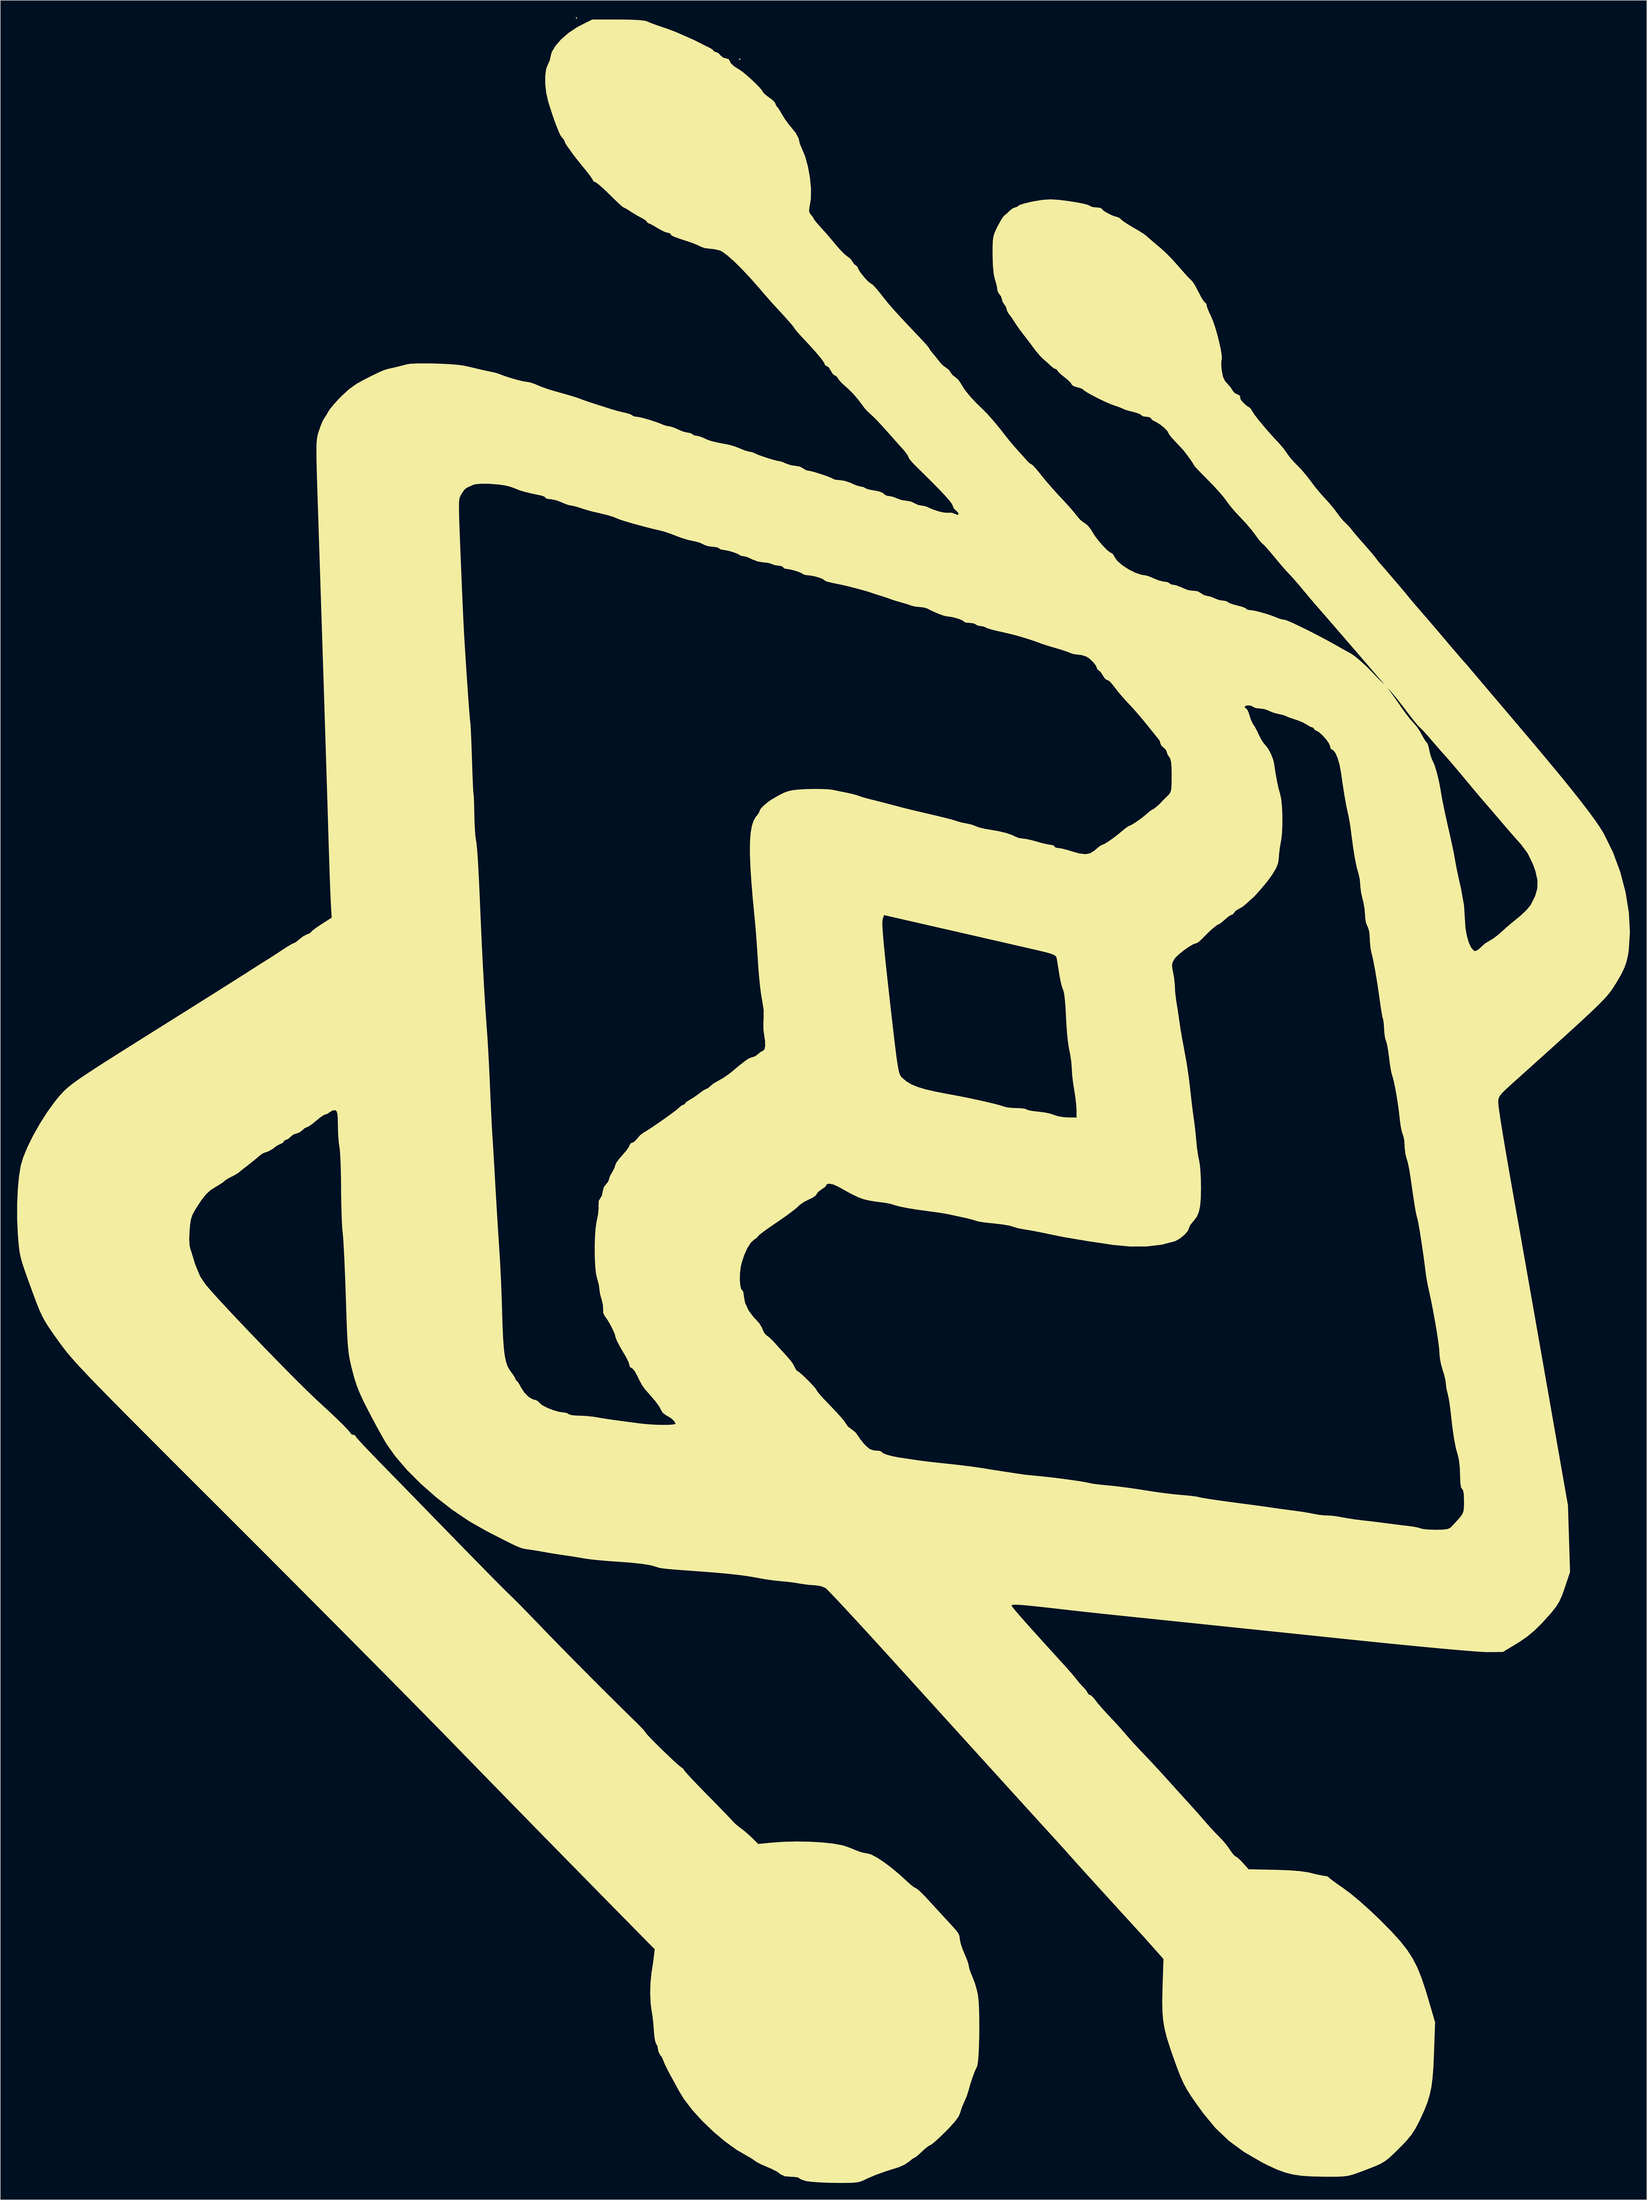
<source format=kicad_pcb>
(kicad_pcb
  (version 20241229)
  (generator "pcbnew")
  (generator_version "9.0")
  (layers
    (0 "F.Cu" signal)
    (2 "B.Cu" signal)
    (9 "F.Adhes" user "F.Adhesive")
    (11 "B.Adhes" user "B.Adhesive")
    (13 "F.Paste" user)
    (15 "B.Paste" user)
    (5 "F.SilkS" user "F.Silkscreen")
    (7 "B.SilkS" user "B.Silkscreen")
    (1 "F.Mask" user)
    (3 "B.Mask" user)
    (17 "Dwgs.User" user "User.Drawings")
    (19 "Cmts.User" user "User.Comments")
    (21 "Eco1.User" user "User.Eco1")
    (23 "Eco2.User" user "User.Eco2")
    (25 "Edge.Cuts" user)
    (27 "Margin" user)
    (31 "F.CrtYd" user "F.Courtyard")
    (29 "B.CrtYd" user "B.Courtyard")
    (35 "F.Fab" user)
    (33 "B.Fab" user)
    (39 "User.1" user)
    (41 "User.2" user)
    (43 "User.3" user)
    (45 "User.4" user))
  (footprint "sbhx"
    (layer "F.Cu")
    (at 144.319 192.198)
    (property "Reference" "sbhx" (at 0 0 0) (layer "F.SilkS") (effects (font (size 1.524 1.524) (thickness 0.3))))
    (attr through_hole)
    (fp_poly (pts (xy -44.591 -192.052) (xy -44.732 -191.911) (xy -44.873 -192.052) (xy -44.732 -192.193) (xy -44.591 -192.052)) (stroke (width 0.01) (type solid)) (fill yes) (layer "F.SilkS"))
    (fp_poly (pts (xy -15.522 -184.714) (xy -15.663 -184.573) (xy -15.804 -184.714) (xy -15.663 -184.856) (xy -15.522 -184.714)) (stroke (width 0.01) (type solid)) (fill yes) (layer "F.SilkS"))
    (fp_poly (pts (xy -35.227 -191.745) (xy -33.626 -191.672) (xy -32.571 -191.55) (xy -32.145 -191.427) (xy -31.526 -191.163) (xy -30.583 -190.813) (xy -29.633 -190.491) (xy -28.446 -190.083) (xy -27.261 -189.634) (xy -26.529 -189.327) (xy -25.614 -188.92) (xy -24.796 -188.565) (xy -24.553 -188.462) (xy -23.851 -188.143) (xy -22.968 -187.71) (xy -22.719 -187.582) (xy -21.867 -187.147) (xy -21.121 -186.779) (xy -20.957 -186.702) (xy -20.473 -186.402) (xy -20.322 -186.196) (xy -20.091 -186.008) (xy -19.899 -185.984) (xy -19.431 -185.767) (xy -19.126 -185.42) (xy -18.592 -184.971) (xy -18.135 -184.856) (xy -17.639 -184.721) (xy -17.498 -184.495) (xy -17.254 -183.992) (xy -16.602 -183.393) (xy -15.7 -182.828) (xy -15.166 -182.465) (xy -14.429 -181.859) (xy -13.599 -181.116) (xy -12.788 -180.342) (xy -12.108 -179.643) (xy -11.672 -179.125) (xy -11.571 -178.926) (xy -11.355 -178.624) (xy -10.806 -178.163) (xy -10.442 -177.908) (xy -9.778 -177.398) (xy -9.372 -176.952) (xy -9.313 -176.798) (xy -9.175 -176.397) (xy -9.102 -176.342) (xy -8.856 -176.059) (xy -8.459 -175.438) (xy -8.197 -174.978) (xy -7.586 -173.993) (xy -6.881 -173.04) (xy -6.645 -172.766) (xy -5.676 -171.563) (xy -5.166 -170.588) (xy -5.088 -170.18) (xy -4.955 -169.639) (xy -4.658 -168.954) (xy -4.027 -167.427) (xy -3.518 -165.579) (xy -3.158 -163.592) (xy -2.976 -161.648) (xy -3.001 -159.925) (xy -3.116 -159.118) (xy -3.292 -158.174) (xy -3.309 -157.603) (xy -3.157 -157.232) (xy -2.999 -157.052) (xy -2.636 -156.609) (xy -2.54 -156.386) (xy -2.361 -156.089) (xy -1.893 -155.511) (xy -1.241 -154.783) (xy -0.373 -153.82) (xy 0.618 -152.672) (xy 1.459 -151.662) (xy 2.221 -150.782) (xy 2.944 -150.048) (xy 3.487 -149.602) (xy 3.542 -149.57) (xy 4.112 -149.122) (xy 4.381 -148.712) (xy 4.724 -148.204) (xy 4.95 -148.06) (xy 5.317 -147.748) (xy 5.362 -147.588) (xy 5.538 -147.181) (xy 5.977 -146.545) (xy 6.552 -145.837) (xy 7.132 -145.21) (xy 7.587 -144.82) (xy 7.725 -144.763) (xy 8.028 -144.544) (xy 8.571 -143.975) (xy 9.258 -143.157) (xy 9.596 -142.727) (xy 10.22 -141.932) (xy 10.871 -141.14) (xy 11.613 -140.283) (xy 12.508 -139.29) (xy 13.618 -138.091) (xy 15.007 -136.618) (xy 16.439 -135.11) (xy 17.184 -134.311) (xy 17.75 -133.668) (xy 18.045 -133.288) (xy 18.067 -133.238) (xy 18.238 -132.938) (xy 18.662 -132.392) (xy 18.843 -132.179) (xy 19.443 -131.461) (xy 19.941 -130.82) (xy 20.013 -130.721) (xy 20.586 -130.131) (xy 21.066 -129.8) (xy 21.624 -129.36) (xy 21.872 -128.976) (xy 22.224 -128.486) (xy 22.684 -128.148) (xy 23.247 -127.657) (xy 23.759 -126.919) (xy 23.815 -126.809) (xy 24.394 -125.879) (xy 25.325 -124.72) (xy 26.511 -123.444) (xy 27.627 -122.371) (xy 28.438 -121.55) (xy 29.472 -120.387) (xy 30.625 -119) (xy 31.797 -117.507) (xy 31.891 -117.384) (xy 32.469 -116.665) (xy 33.242 -115.758) (xy 33.867 -115.055) (xy 34.597 -114.247) (xy 35.233 -113.539) (xy 35.593 -113.132) (xy 36.037 -112.72) (xy 36.299 -112.59) (xy 36.575 -112.374) (xy 37.091 -111.812) (xy 37.749 -111.013) (xy 37.958 -110.746) (xy 38.784 -109.728) (xy 39.841 -108.503) (xy 40.959 -107.262) (xy 41.538 -106.644) (xy 42.499 -105.612) (xy 43.377 -104.625) (xy 44.058 -103.814) (xy 44.361 -103.414) (xy 44.962 -102.717) (xy 45.609 -102.22) (xy 45.724 -102.164) (xy 46.267 -101.747) (xy 46.854 -101.017) (xy 47.123 -100.569) (xy 47.617 -99.787) (xy 48.292 -98.91) (xy 49.038 -98.055) (xy 49.746 -97.344) (xy 50.309 -96.896) (xy 50.547 -96.802) (xy 50.833 -96.569) (xy 51.083 -96.095) (xy 51.569 -95.401) (xy 52.442 -94.645) (xy 53.548 -93.921) (xy 54.732 -93.322) (xy 55.838 -92.941) (xy 56.462 -92.855) (xy 56.974 -92.735) (xy 57.742 -92.438) (xy 58.071 -92.287) (xy 58.948 -91.937) (xy 59.739 -91.739) (xy 59.942 -91.722) (xy 60.545 -91.62) (xy 60.819 -91.44) (xy 61.216 -91.205) (xy 61.552 -91.158) (xy 62.14 -91.033) (xy 62.952 -90.719) (xy 63.268 -90.568) (xy 64.121 -90.232) (xy 64.885 -90.093) (xy 65.093 -90.106) (xy 65.879 -90.005) (xy 66.367 -89.708) (xy 67.026 -89.309) (xy 67.565 -89.172) (xy 68.256 -89.025) (xy 68.862 -88.759) (xy 69.677 -88.446) (xy 70.327 -88.346) (xy 70.948 -88.25) (xy 71.249 -88.072) (xy 71.595 -87.87) (xy 72.316 -87.627) (xy 72.959 -87.463) (xy 73.802 -87.236) (xy 74.364 -87.011) (xy 74.507 -86.88) (xy 74.75 -86.708) (xy 75.283 -86.645) (xy 75.94 -86.555) (xy 76.935 -86.317) (xy 78.079 -85.988) (xy 79.181 -85.624) (xy 80.054 -85.278) (xy 80.218 -85.199) (xy 80.926 -84.983) (xy 81.286 -84.949) (xy 81.719 -84.821) (xy 82.555 -84.469) (xy 83.702 -83.937) (xy 85.067 -83.272) (xy 86.56 -82.519) (xy 88.087 -81.723) (xy 89.556 -80.93) (xy 90.593 -80.348) (xy 91.662 -79.744) (xy 92.816 -79.105) (xy 93.169 -78.911) (xy 93.877 -78.425) (xy 94.835 -77.628) (xy 95.914 -76.633) (xy 96.962 -75.578) (xy 97.845 -74.654) (xy 98.525 -73.958) (xy 98.945 -73.547) (xy 99.049 -73.477) (xy 99.02 -73.519) (xy 98.755 -73.838) (xy 98.176 -74.52) (xy 97.339 -75.499) (xy 96.299 -76.711) (xy 95.112 -78.091) (xy 93.834 -79.575) (xy 92.52 -81.099) (xy 91.225 -82.598) (xy 90.006 -84.006) (xy 88.918 -85.261) (xy 88.017 -86.297) (xy 87.358 -87.049) (xy 87.109 -87.33) (xy 86.633 -87.878) (xy 85.977 -88.651) (xy 85.557 -89.154) (xy 84.451 -90.481) (xy 83.62 -91.465) (xy 82.984 -92.197) (xy 82.463 -92.773) (xy 81.986 -93.272) (xy 81.418 -93.891) (xy 80.637 -94.791) (xy 79.781 -95.812) (xy 79.478 -96.183) (xy 78.711 -97.103) (xy 78.046 -97.857) (xy 77.582 -98.333) (xy 77.458 -98.432) (xy 77.114 -98.764) (xy 76.591 -99.414) (xy 76.137 -100.048) (xy 75.451 -100.954) (xy 74.538 -102.029) (xy 73.585 -103.055) (xy 73.488 -103.152) (xy 72.57 -104.131) (xy 71.699 -105.153) (xy 71.046 -106.018) (xy 70.981 -106.116) (xy 70.447 -106.826) (xy 69.621 -107.791) (xy 68.621 -108.879) (xy 67.676 -109.844) (xy 66.728 -110.796) (xy 65.947 -111.605) (xy 65.41 -112.189) (xy 65.194 -112.467) (xy 65.193 -112.474) (xy 65.033 -112.784) (xy 64.614 -113.406) (xy 64.027 -114.212) (xy 63.363 -115.071) (xy 63.359 -115.077) (xy 63.018 -115.462) (xy 62.424 -116.095) (xy 61.877 -116.663) (xy 61.242 -117.357) (xy 60.807 -117.912) (xy 60.678 -118.167) (xy 60.464 -118.555) (xy 59.928 -119.1) (xy 59.233 -119.663) (xy 58.537 -120.107) (xy 58.269 -120.23) (xy 57.75 -120.525) (xy 57.573 -120.784) (xy 57.328 -120.987) (xy 56.737 -121.073) (xy 56.727 -121.073) (xy 56.132 -121.147) (xy 55.88 -121.324) (xy 55.88 -121.327) (xy 55.63 -121.527) (xy 54.986 -121.77) (xy 54.398 -121.929) (xy 53.513 -122.159) (xy 52.849 -122.372) (xy 52.634 -122.471) (xy 52.21 -122.666) (xy 51.466 -122.937) (xy 51.082 -123.061) (xy 50.301 -123.353) (xy 49.299 -123.794) (xy 48.206 -124.32) (xy 47.149 -124.863) (xy 46.259 -125.359) (xy 45.663 -125.741) (xy 45.488 -125.911) (xy 45.176 -126.109) (xy 44.532 -126.297) (xy 44.429 -126.317) (xy 43.783 -126.52) (xy 43.461 -126.781) (xy 43.453 -126.82) (xy 43.239 -127.155) (xy 42.696 -127.678) (xy 42.183 -128.091) (xy 41.491 -128.654) (xy 41.033 -129.105) (xy 40.922 -129.291) (xy 40.705 -129.531) (xy 40.627 -129.54) (xy 40.236 -129.721) (xy 39.699 -130.158) (xy 39.682 -130.175) (xy 38.961 -130.843) (xy 38.347 -131.374) (xy 37.797 -131.923) (xy 37.116 -132.725) (xy 36.682 -133.295) (xy 35.946 -134.288) (xy 35.168 -135.306) (xy 34.809 -135.761) (xy 34.113 -136.683) (xy 33.446 -137.651) (xy 33.267 -137.933) (xy 32.78 -138.68) (xy 32.353 -139.256) (xy 32.254 -139.367) (xy 31.938 -139.907) (xy 31.891 -140.164) (xy 31.704 -140.701) (xy 31.468 -141.01) (xy 31.115 -141.593) (xy 31.044 -141.943) (xy 30.84 -142.548) (xy 30.621 -142.804) (xy 30.267 -143.364) (xy 30.194 -143.756) (xy 30.096 -144.403) (xy 29.86 -145.26) (xy 29.783 -145.486) (xy 29.559 -146.486) (xy 29.417 -147.986) (xy 29.363 -149.911) (xy 29.366 -151.344) (xy 29.404 -152.364) (xy 29.504 -153.122) (xy 29.693 -153.77) (xy 29.999 -154.459) (xy 30.268 -154.991) (xy 30.757 -155.889) (xy 31.176 -156.565) (xy 31.439 -156.881) (xy 31.448 -156.886) (xy 31.811 -157.156) (xy 32.319 -157.653) (xy 32.327 -157.662) (xy 32.889 -158.13) (xy 33.378 -158.327) (xy 33.382 -158.327) (xy 33.823 -158.477) (xy 33.914 -158.602) (xy 34.214 -158.775) (xy 34.942 -159.008) (xy 35.966 -159.264) (xy 36.548 -159.387) (xy 38.245 -159.67) (xy 39.673 -159.762) (xy 41.063 -159.682) (xy 42.724 -159.477) (xy 44.217 -159.246) (xy 45.444 -159.009) (xy 46.31 -158.783) (xy 46.718 -158.589) (xy 46.728 -158.576) (xy 47.088 -158.408) (xy 47.764 -158.328) (xy 47.853 -158.327) (xy 48.5 -158.256) (xy 48.818 -158.084) (xy 48.824 -158.051) (xy 49.057 -157.786) (xy 49.63 -157.415) (xy 50.359 -157.034) (xy 51.059 -156.741) (xy 51.524 -156.633) (xy 51.968 -156.436) (xy 52.22 -156.2) (xy 52.635 -155.854) (xy 53.392 -155.347) (xy 54.335 -154.785) (xy 54.426 -154.733) (xy 55.396 -154.168) (xy 56.214 -153.648) (xy 56.713 -153.281) (xy 56.733 -153.262) (xy 57.266 -152.783) (xy 57.949 -152.2) (xy 58.019 -152.142) (xy 59.309 -151.053) (xy 60.334 -150.116) (xy 61.283 -149.148) (xy 62.342 -147.966) (xy 62.608 -147.659) (xy 63.432 -146.722) (xy 64.143 -145.942) (xy 64.647 -145.423) (xy 64.818 -145.273) (xy 65.098 -144.926) (xy 65.525 -144.216) (xy 66.009 -143.292) (xy 66.041 -143.227) (xy 66.51 -142.331) (xy 66.916 -141.678) (xy 67.177 -141.396) (xy 67.192 -141.393) (xy 67.421 -141.164) (xy 67.451 -140.962) (xy 67.572 -140.495) (xy 67.887 -139.712) (xy 68.262 -138.916) (xy 68.625 -138.05) (xy 69.01 -136.904) (xy 69.386 -135.603) (xy 69.721 -134.274) (xy 69.985 -133.044) (xy 70.146 -132.039) (xy 70.175 -131.385) (xy 70.135 -131.238) (xy 70.068 -130.813) (xy 70.086 -130.026) (xy 70.153 -129.328) (xy 70.373 -128.194) (xy 70.743 -127.417) (xy 71.108 -127.005) (xy 71.671 -126.383) (xy 72.038 -125.818) (xy 72.056 -125.774) (xy 72.475 -125.272) (xy 72.815 -125.106) (xy 73.289 -124.881) (xy 73.413 -124.709) (xy 73.484 -124.248) (xy 73.708 -123.886) (xy 74.17 -123.391) (xy 74.673 -122.954) (xy 75.02 -122.767) (xy 75.292 -122.54) (xy 75.636 -121.992) (xy 75.655 -121.954) (xy 76.027 -121.382) (xy 76.705 -120.501) (xy 77.606 -119.411) (xy 78.645 -118.211) (xy 79.739 -117.002) (xy 80.479 -116.217) (xy 81.165 -115.408) (xy 81.791 -114.527) (xy 81.811 -114.496) (xy 82.357 -113.758) (xy 83.12 -112.899) (xy 83.6 -112.421) (xy 84.416 -111.569) (xy 85.32 -110.498) (xy 85.996 -109.607) (xy 86.846 -108.486) (xy 87.829 -107.307) (xy 88.541 -106.528) (xy 89.398 -105.585) (xy 90.226 -104.579) (xy 90.722 -103.907) (xy 91.321 -103.098) (xy 91.907 -102.428) (xy 92.138 -102.214) (xy 92.772 -101.603) (xy 93.143 -101.146) (xy 93.508 -100.68) (xy 94.145 -99.922) (xy 94.944 -99.001) (xy 95.391 -98.496) (xy 96.233 -97.539) (xy 96.967 -96.68) (xy 97.487 -96.045) (xy 97.637 -95.845) (xy 98.079 -95.256) (xy 98.359 -94.932) (xy 98.692 -94.563) (xy 99.264 -93.908) (xy 99.923 -93.14) (xy 100.659 -92.277) (xy 101.329 -91.495) (xy 101.741 -91.018) (xy 102.249 -90.421) (xy 102.918 -89.615) (xy 103.293 -89.156) (xy 104.037 -88.26) (xy 104.929 -87.214) (xy 105.551 -86.499) (xy 106.176 -85.781) (xy 107.069 -84.744) (xy 108.133 -83.5) (xy 109.272 -82.162) (xy 109.915 -81.404) (xy 110.945 -80.191) (xy 111.849 -79.131) (xy 112.564 -78.299) (xy 113.025 -77.768) (xy 113.168 -77.611) (xy 113.414 -77.342) (xy 113.923 -76.755) (xy 114.594 -75.966) (xy 114.754 -75.777) (xy 115.277 -75.158) (xy 116.111 -74.173) (xy 117.203 -72.885) (xy 118.498 -71.359) (xy 119.942 -69.658) (xy 121.481 -67.846) (xy 122.648 -66.473) (xy 125.611 -62.972) (xy 128.217 -59.864) (xy 130.484 -57.123) (xy 132.434 -54.724) (xy 134.086 -52.641) (xy 135.461 -50.849) (xy 136.579 -49.321) (xy 137.461 -48.033) (xy 138.126 -46.958) (xy 138.202 -46.825) (xy 139.818 -43.545) (xy 141.11 -40.044) (xy 142.057 -36.432) (xy 142.638 -32.82) (xy 142.829 -29.318) (xy 142.61 -26.034) (xy 142.491 -25.274) (xy 142.229 -24.103) (xy 141.841 -22.987) (xy 141.264 -21.79) (xy 140.434 -20.376) (xy 139.768 -19.332) (xy 139.482 -18.911) (xy 139.152 -18.473) (xy 138.748 -17.988) (xy 138.242 -17.43) (xy 137.603 -16.769) (xy 136.802 -15.979) (xy 135.809 -15.03) (xy 134.594 -13.895) (xy 133.129 -12.546) (xy 131.382 -10.955) (xy 129.325 -9.093) (xy 126.927 -6.933) (xy 124.16 -4.446) (xy 121.849 -2.372) (xy 120.789 -1.407) (xy 120.084 -0.715) (xy 119.663 -0.198) (xy 119.454 0.24) (xy 119.385 0.695) (xy 119.38 0.932) (xy 119.433 1.572) (xy 119.591 2.757) (xy 119.852 4.475) (xy 120.215 6.717) (xy 120.678 9.471) (xy 121.239 12.728) (xy 121.896 16.477) (xy 122.648 20.707) (xy 122.907 22.154) (xy 123.109 23.291) (xy 123.4 24.928) (xy 123.768 27.011) (xy 124.205 29.483) (xy 124.699 32.289) (xy 125.243 35.375) (xy 125.825 38.683) (xy 126.437 42.16) (xy 127.068 45.75) (xy 127.708 49.397) (xy 127.833 50.107) (xy 131.797 72.697) (xy 131.982 78.623) (xy 132.166 84.548) (xy 131.242 87.321) (xy 130.735 88.745) (xy 130.25 89.819) (xy 129.677 90.742) (xy 128.908 91.714) (xy 128.69 91.966) (xy 127.18 93.638) (xy 125.842 94.958) (xy 124.538 96.044) (xy 123.132 97.017) (xy 122.402 97.467) (xy 120.202 98.78) (xy 117.463 98.803) (xy 116.692 98.777) (xy 115.402 98.693) (xy 113.634 98.554) (xy 111.43 98.366) (xy 108.831 98.131) (xy 105.879 97.853) (xy 102.616 97.536) (xy 99.084 97.185) (xy 95.323 96.802) (xy 92.851 96.546) (xy 89.141 96.159) (xy 85.404 95.77) (xy 81.708 95.385) (xy 78.118 95.012) (xy 74.702 94.656) (xy 71.526 94.326) (xy 68.657 94.028) (xy 66.161 93.769) (xy 64.106 93.555) (xy 62.794 93.419) (xy 59.341 93.062) (xy 56.389 92.756) (xy 53.88 92.496) (xy 51.753 92.274) (xy 49.948 92.085) (xy 48.407 91.921) (xy 47.069 91.778) (xy 45.874 91.648) (xy 44.763 91.526) (xy 43.677 91.404) (xy 42.555 91.276) (xy 41.338 91.137) (xy 41.204 91.121) (xy 38.748 90.843) (xy 36.799 90.631) (xy 35.302 90.483) (xy 34.205 90.394) (xy 33.454 90.362) (xy 32.996 90.381) (xy 32.777 90.448) (xy 32.738 90.522) (xy 32.884 90.769) (xy 33.331 91.332) (xy 34.093 92.225) (xy 35.182 93.464) (xy 36.612 95.063) (xy 38.394 97.038) (xy 40.544 99.402) (xy 41.725 100.697) (xy 42.636 101.707) (xy 43.439 102.623) (xy 44.037 103.331) (xy 44.298 103.667) (xy 44.803 104.299) (xy 45.45 104.994) (xy 45.508 105.052) (xy 46.011 105.613) (xy 46.274 106.043) (xy 46.284 106.103) (xy 46.507 106.378) (xy 46.637 106.4) (xy 47.01 106.615) (xy 47.496 107.148) (xy 47.618 107.317) (xy 48.093 107.928) (xy 48.837 108.795) (xy 49.724 109.773) (xy 50.162 110.239) (xy 51.135 111.276) (xy 52.09 112.325) (xy 52.871 113.212) (xy 53.1 113.484) (xy 53.767 114.256) (xy 54.674 115.257) (xy 55.665 116.315) (xy 56.059 116.725) (xy 57.128 117.847) (xy 58.37 119.178) (xy 59.586 120.501) (xy 60.113 121.084) (xy 61.229 122.322) (xy 62.451 123.673) (xy 63.588 124.925) (xy 64.064 125.448) (xy 65.084 126.576) (xy 66.162 127.788) (xy 67.103 128.866) (xy 67.31 129.106) (xy 68.167 130.075) (xy 69.047 131.017) (xy 69.75 131.719) (xy 70.551 132.577) (xy 71.337 133.585) (xy 71.57 133.932) (xy 72.064 134.639) (xy 72.472 135.093) (xy 72.63 135.184) (xy 72.955 135.379) (xy 73.501 135.88) (xy 73.921 136.325) (xy 74.943 137.465) (xy 79.593 137.559) (xy 82.134 137.648) (xy 84.133 137.803) (xy 85.607 138.025) (xy 85.981 138.113) (xy 87.026 138.369) (xy 87.953 138.56) (xy 88.451 138.634) (xy 88.994 138.736) (xy 89.182 138.868) (xy 89.401 139.086) (xy 89.996 139.548) (xy 90.871 140.181) (xy 91.793 140.821) (xy 93.106 141.798) (xy 94.684 143.107) (xy 96.421 144.656) (xy 98.211 146.352) (xy 98.446 146.583) (xy 100.36 148.518) (xy 101.903 150.214) (xy 103.144 151.783) (xy 104.152 153.338) (xy 104.997 154.993) (xy 105.748 156.859) (xy 106.474 159.05) (xy 106.808 160.161) (xy 108.138 164.677) (xy 107.946 170.18) (xy 107.843 172.571) (xy 107.699 174.522) (xy 107.49 176.157) (xy 107.187 177.602) (xy 106.765 178.98) (xy 106.197 180.416) (xy 105.457 182.035) (xy 105.39 182.174) (xy 104.673 183.563) (xy 103.939 184.702) (xy 103.04 185.795) (xy 101.969 186.907) (xy 100.854 188.009) (xy 99.996 188.805) (xy 99.253 189.387) (xy 98.483 189.848) (xy 97.543 190.28) (xy 96.291 190.775) (xy 95.576 191.048) (xy 94.36 191.504) (xy 93.424 191.82) (xy 92.613 192.019) (xy 91.769 192.129) (xy 90.737 192.174) (xy 89.358 192.181) (xy 88.686 192.178) (xy 86.381 192.14) (xy 84.497 192.024) (xy 82.891 191.797) (xy 81.423 191.428) (xy 79.949 190.884) (xy 78.328 190.134) (xy 77.261 189.589) (xy 74.127 187.769) (xy 71.436 185.788) (xy 69.071 183.546) (xy 66.914 180.944) (xy 66.781 180.763) (xy 65.585 179.115) (xy 64.662 177.78) (xy 63.938 176.623) (xy 63.343 175.509) (xy 62.803 174.306) (xy 62.245 172.879) (xy 61.675 171.311) (xy 60.923 169.148) (xy 60.362 167.356) (xy 59.971 165.785) (xy 59.724 164.285) (xy 59.598 162.705) (xy 59.57 160.896) (xy 59.616 158.706) (xy 59.626 158.369) (xy 59.786 153.428) (xy 57.762 151.15) (xy 56.924 150.208) (xy 56.226 149.428) (xy 55.753 148.904) (xy 55.594 148.731) (xy 55.356 148.477) (xy 54.789 147.861) (xy 53.944 146.938) (xy 52.87 145.764) (xy 51.619 144.393) (xy 50.241 142.882) (xy 48.787 141.286) (xy 47.307 139.659) (xy 46.692 138.983) (xy 45.607 137.787) (xy 44.532 136.596) (xy 43.589 135.546) (xy 42.901 134.774) (xy 42.89 134.761) (xy 42.082 133.855) (xy 41.086 132.75) (xy 40.096 131.661) (xy 39.943 131.494) (xy 39.374 130.873) (xy 38.787 130.231) (xy 38.159 129.545) (xy 37.47 128.79) (xy 36.698 127.942) (xy 35.82 126.978) (xy 34.815 125.873) (xy 33.66 124.603) (xy 32.334 123.144) (xy 30.816 121.473) (xy 29.083 119.564) (xy 27.113 117.395) (xy 24.885 114.94) (xy 22.377 112.177) (xy 19.567 109.08) (xy 16.433 105.627) (xy 12.953 101.792) (xy 10.945 99.579) (xy 8.951 97.387) (xy 7.054 95.313) (xy 5.291 93.395) (xy 3.698 91.673) (xy 2.312 90.186) (xy 1.169 88.973) (xy 0.307 88.076) (xy -0.238 87.531) (xy -0.405 87.386) (xy -1.144 87.085) (xy -2.092 86.918) (xy -2.318 86.908) (xy -3.365 86.837) (xy -4.548 86.68) (xy -4.939 86.609) (xy -5.993 86.437) (xy -7.295 86.278) (xy -8.326 86.184) (xy -9.674 86.045) (xy -11.209 85.825) (xy -12.418 85.607) (xy -13.854 85.346) (xy -15.546 85.107) (xy -17.566 84.88) (xy -19.987 84.658) (xy -22.881 84.433) (xy -23.707 84.374) (xy -25.753 84.227) (xy -27.313 84.108) (xy -28.462 84.008) (xy -29.277 83.919) (xy -29.833 83.833) (xy -30.208 83.743) (xy -30.415 83.667) (xy -31.424 83.37) (xy -32.99 83.108) (xy -35.116 82.879) (xy -37.677 82.692) (xy -39.289 82.578) (xy -40.862 82.439) (xy -42.229 82.293) (xy -43.223 82.155) (xy -43.321 82.138) (xy -44.547 81.926) (xy -45.973 81.7) (xy -46.99 81.552) (xy -48.288 81.359) (xy -49.631 81.14) (xy -50.518 80.982) (xy -51.642 80.782) (xy -52.748 80.607) (xy -53.199 80.544) (xy -53.688 80.478) (xy -54.125 80.397) (xy -54.581 80.268) (xy -55.129 80.06) (xy -55.843 79.74) (xy -56.795 79.277) (xy -58.057 78.639) (xy -59.703 77.794) (xy -60.96 77.146) (xy -63.87 75.481) (xy -66.81 73.494) (xy -69.684 71.268) (xy -72.396 68.887) (xy -74.851 66.435) (xy -76.954 63.995) (xy -78.511 61.807) (xy -78.985 61.011) (xy -79.644 59.842) (xy -80.419 58.43) (xy -81.236 56.904) (xy -81.655 56.108) (xy -82.59 54.271) (xy -83.296 52.753) (xy -83.838 51.391) (xy -84.281 50.023) (xy -84.654 48.629) (xy -84.879 47.709) (xy -85.062 46.881) (xy -85.211 46.07) (xy -85.331 45.2) (xy -85.429 44.194) (xy -85.513 42.976) (xy -85.588 41.47) (xy -85.661 39.601) (xy -85.739 37.292) (xy -85.794 35.56) (xy -85.875 33.189) (xy -85.963 30.928) (xy -86.053 28.857) (xy -86.144 27.056) (xy -86.229 25.604) (xy -86.306 24.581) (xy -86.352 24.164) (xy -86.429 23.384) (xy -86.499 22.151) (xy -86.558 20.577) (xy -86.603 18.772) (xy -86.63 16.848) (xy -86.634 16.262) (xy -86.655 14.367) (xy -86.696 12.597) (xy -86.753 11.053) (xy -86.823 9.837) (xy -86.9 9.048) (xy -86.929 8.89) (xy -87.05 8.089) (xy -87.143 6.93) (xy -87.195 5.619) (xy -87.2 5.142) (xy -87.222 3.852) (xy -87.29 3.026) (xy -87.422 2.562) (xy -87.631 2.36) (xy -87.641 2.356) (xy -88.168 2.398) (xy -88.58 2.647) (xy -89.115 3.007) (xy -89.443 3.104) (xy -89.833 3.28) (xy -90.48 3.734) (xy -91.084 4.233) (xy -91.82 4.835) (xy -92.422 5.245) (xy -92.706 5.362) (xy -93.135 5.554) (xy -93.557 5.927) (xy -94.129 6.355) (xy -94.591 6.491) (xy -95.165 6.694) (xy -95.598 7.056) (xy -96.09 7.483) (xy -96.442 7.62) (xy -96.775 7.783) (xy -96.802 7.883) (xy -97.035 8.17) (xy -97.365 8.325) (xy -98.018 8.636) (xy -98.293 8.838) (xy -98.91 9.3) (xy -99.61 9.691) (xy -100.145 9.876) (xy -100.182 9.878) (xy -100.591 10.044) (xy -101.056 10.372) (xy -101.715 10.923) (xy -102.151 11.289) (xy -102.706 11.737) (xy -103.434 12.304) (xy -103.583 12.418) (xy -104.249 12.937) (xy -104.745 13.348) (xy -104.82 13.416) (xy -105.262 13.719) (xy -105.976 14.104) (xy -106.174 14.2) (xy -106.871 14.567) (xy -107.319 14.876) (xy -107.374 14.938) (xy -107.685 15.2) (xy -108.341 15.628) (xy -109.046 16.044) (xy -109.936 16.622) (xy -110.691 17.322) (xy -111.458 18.294) (xy -111.988 19.076) (xy -112.674 20.157) (xy -113.109 20.979) (xy -113.366 21.746) (xy -113.516 22.663) (xy -113.61 23.66) (xy -113.683 25.179) (xy -113.63 26.355) (xy -113.511 26.934) (xy -113.279 27.647) (xy -112.961 28.676) (xy -112.632 29.774) (xy -111.734 31.943) (xy -110.824 33.302) (xy -110.102 34.161) (xy -109.036 35.36) (xy -107.682 36.839) (xy -106.096 38.54) (xy -104.335 40.405) (xy -102.455 42.375) (xy -100.513 44.392) (xy -98.564 46.397) (xy -96.665 48.332) (xy -94.872 50.138) (xy -93.242 51.757) (xy -91.832 53.131) (xy -90.696 54.2) (xy -90.593 54.294) (xy -88.923 55.832) (xy -87.494 57.181) (xy -86.344 58.303) (xy -85.514 59.158) (xy -85.044 59.707) (xy -84.949 59.886) (xy -84.72 60.088) (xy -84.526 60.113) (xy -84.15 60.239) (xy -84.102 60.345) (xy -83.913 60.606) (xy -83.384 61.207) (xy -82.573 62.084) (xy -81.536 63.178) (xy -80.332 64.426) (xy -79.838 64.931) (xy -78.369 66.433) (xy -76.63 68.212) (xy -74.747 70.141) (xy -72.842 72.093) (xy -71.041 73.941) (xy -70.313 74.688) (xy -67.356 77.722) (xy -64.776 80.365) (xy -62.557 82.632) (xy -60.687 84.537) (xy -59.149 86.095) (xy -57.929 87.322) (xy -57.012 88.232) (xy -56.384 88.84) (xy -56.278 88.94) (xy -55.766 89.439) (xy -54.935 90.273) (xy -53.859 91.369) (xy -52.607 92.655) (xy -51.252 94.056) (xy -50.518 94.82) (xy -48.6 96.802) (xy -46.366 99.082) (xy -43.91 101.566) (xy -41.324 104.163) (xy -38.7 106.779) (xy -36.13 109.322) (xy -33.937 111.473) (xy -33.218 112.197) (xy -32.691 112.767) (xy -32.459 113.073) (xy -32.456 113.088) (xy -32.262 113.358) (xy -31.74 113.929) (xy -30.974 114.716) (xy -30.05 115.637) (xy -29.054 116.609) (xy -28.071 117.548) (xy -27.186 118.371) (xy -26.486 118.996) (xy -26.056 119.339) (xy -25.972 119.38) (xy -25.692 119.589) (xy -25.682 119.661) (xy -25.492 119.936) (xy -24.961 120.547) (xy -24.146 121.43) (xy -23.108 122.521) (xy -21.905 123.758) (xy -21.519 124.149) (xy -20.247 125.439) (xy -19.091 126.623) (xy -18.116 127.629) (xy -17.391 128.391) (xy -16.979 128.838) (xy -16.933 128.894) (xy -16.422 129.409) (xy -15.705 129.989) (xy -15.563 130.09) (xy -14.793 130.688) (xy -13.905 131.461) (xy -13.488 131.855) (xy -12.36 132.96) (xy -10.061 132.732) (xy -7.872 132.577) (xy -5.539 132.522) (xy -3.199 132.56) (xy -0.984 132.687) (xy 0.971 132.896) (xy 2.531 133.182) (xy 2.822 133.259) (xy 3.726 133.562) (xy 4.75 133.968) (xy 5.006 134.08) (xy 5.918 134.416) (xy 6.761 134.608) (xy 6.982 134.624) (xy 7.702 134.819) (xy 8.732 135.356) (xy 9.986 136.177) (xy 11.379 137.222) (xy 12.827 138.432) (xy 13.965 139.478) (xy 14.713 140.156) (xy 15.332 140.641) (xy 15.687 140.829) (xy 15.69 140.829) (xy 16.003 141.026) (xy 16.593 141.558) (xy 17.366 142.335) (xy 17.952 142.964) (xy 18.978 144.088) (xy 20.053 145.26) (xy 21 146.287) (xy 21.308 146.619) (xy 22.241 147.631) (xy 22.857 148.334) (xy 23.225 148.833) (xy 23.415 149.23) (xy 23.496 149.631) (xy 23.522 149.936) (xy 23.676 150.683) (xy 24.01 151.686) (xy 24.352 152.505) (xy 24.753 153.451) (xy 25.03 154.253) (xy 25.118 154.684) (xy 25.232 155.219) (xy 25.527 156.047) (xy 25.807 156.696) (xy 26.236 157.832) (xy 26.606 159.171) (xy 26.772 160.02) (xy 26.874 161.012) (xy 26.943 162.345) (xy 26.981 163.915) (xy 26.99 165.615) (xy 26.972 167.339) (xy 26.927 168.982) (xy 26.858 170.438) (xy 26.766 171.601) (xy 26.653 172.364) (xy 26.581 172.579) (xy 26.213 173.356) (xy 25.787 174.48) (xy 25.374 175.748) (xy 25.091 176.767) (xy 24.767 177.783) (xy 24.338 178.804) (xy 24.298 178.883) (xy 23.896 179.815) (xy 23.6 180.737) (xy 23.576 180.84) (xy 23.275 181.514) (xy 22.597 182.427) (xy 21.509 183.619) (xy 20.979 184.156) (xy 20.02 185.088) (xy 19.186 185.852) (xy 18.566 186.37) (xy 18.251 186.563) (xy 17.881 186.756) (xy 17.277 187.239) (xy 16.792 187.69) (xy 16.136 188.3) (xy 15.631 188.705) (xy 15.439 188.805) (xy 15.103 188.981) (xy 14.563 189.414) (xy 14.455 189.512) (xy 13.742 189.992) (xy 12.752 190.448) (xy 12.139 190.653) (xy 10.313 191.219) (xy 8.526 191.868) (xy 6.989 192.52) (xy 6.453 192.785) (xy 5.966 193.002) (xy 5.404 193.15) (xy 4.659 193.239) (xy 3.62 193.281) (xy 2.176 193.287) (xy 1.373 193.28) (xy -0.197 193.244) (xy -1.669 193.175) (xy -2.898 193.081) (xy -3.743 192.973) (xy -3.881 192.944) (xy -4.607 192.718) (xy -5.033 192.496) (xy -5.08 192.421) (xy -5.334 192.292) (xy -5.984 192.209) (xy -6.503 192.193) (xy -7.611 192.097) (xy -8.354 191.776) (xy -8.527 191.633) (xy -9.115 191.23) (xy -10.016 190.764) (xy -10.792 190.434) (xy -11.753 190.027) (xy -12.547 189.625) (xy -12.93 189.371) (xy -13.527 188.942) (xy -14.252 188.53) (xy -16.216 187.391) (xy -18.296 185.889) (xy -20.385 184.126) (xy -22.376 182.206) (xy -24.16 180.231) (xy -25.629 178.304) (xy -26.533 176.812) (xy -26.894 176.135) (xy -27.417 175.174) (xy -27.99 174.135) (xy -27.992 174.131) (xy -28.525 173.128) (xy -28.962 172.229) (xy -29.212 171.623) (xy -29.218 171.604) (xy -29.531 170.908) (xy -29.812 170.526) (xy -30.129 169.937) (xy -30.198 169.511) (xy -30.335 168.861) (xy -30.522 168.557) (xy -30.695 168.13) (xy -30.845 167.309) (xy -30.943 166.265) (xy -30.948 166.173) (xy -31.041 164.906) (xy -31.184 163.646) (xy -31.329 162.758) (xy -31.523 161.295) (xy -31.598 159.52) (xy -31.552 157.673) (xy -31.385 155.993) (xy -31.35 155.768) (xy -31.166 154.602) (xy -31 153.416) (xy -30.944 152.966) (xy -30.798 151.698) (xy -37.186 145.205) (xy -40.544 141.791) (xy -43.581 138.702) (xy -46.371 135.861) (xy -48.988 133.194) (xy -51.506 130.625) (xy -54 128.076) (xy -56.545 125.473) (xy -59.214 122.739) (xy -62.083 119.798) (xy -65.225 116.574) (xy -67.303 114.441) (xy -69.125 112.577) (xy -71.307 110.355) (xy -73.81 107.814) (xy -76.594 104.996) (xy -79.619 101.939) (xy -82.846 98.684) (xy -86.234 95.271) (xy -89.745 91.74) (xy -93.338 88.131) (xy -96.973 84.484) (xy -100.612 80.839) (xy -104.214 77.236) (xy -107.087 74.366) (xy -110.937 70.522) (xy -114.409 67.054) (xy -117.525 63.938) (xy -120.307 61.153) (xy -122.777 58.675) (xy -124.958 56.482) (xy -126.87 54.551) (xy -128.537 52.858) (xy -129.979 51.382) (xy -131.219 50.1) (xy -132.279 48.988) (xy -133.182 48.024) (xy -133.948 47.185) (xy -134.599 46.449) (xy -135.159 45.793) (xy -135.649 45.193) (xy -136.09 44.627) (xy -136.505 44.073) (xy -136.915 43.507) (xy -137.067 43.295) (xy -138.03 41.94) (xy -138.778 40.846) (xy -139.372 39.894) (xy -139.874 38.966) (xy -140.343 37.944) (xy -140.841 36.708) (xy -141.427 35.141) (xy -141.908 33.822) (xy -142.578 31.973) (xy -143.083 30.537) (xy -143.451 29.394) (xy -143.709 28.426) (xy -143.887 27.515) (xy -144.013 26.543) (xy -144.114 25.392) (xy -144.201 24.197) (xy -144.314 21.645) (xy -144.31 19.004) (xy -144.194 16.436) (xy -143.976 14.106) (xy -143.682 12.277) (xy -143.22 10.716) (xy -142.449 8.855) (xy -141.437 6.815) (xy -140.25 4.72) (xy -138.955 2.69) (xy -137.62 0.847) (xy -136.936 0.008) (xy -136.534 -0.455) (xy -136.135 -0.887) (xy -135.703 -1.312) (xy -135.199 -1.757) (xy -134.586 -2.247) (xy -133.826 -2.809) (xy -132.881 -3.468) (xy -131.714 -4.251) (xy -130.287 -5.183) (xy -128.561 -6.29) (xy -126.5 -7.598) (xy -124.065 -9.133) (xy -121.219 -10.921) (xy -118.674 -12.517) (xy -116.194 -14.073) (xy -113.766 -15.598) (xy -111.45 -17.054) (xy -109.307 -18.403) (xy -107.398 -19.606) (xy -105.782 -20.627) (xy -104.521 -21.426) (xy -103.675 -21.966) (xy -103.643 -21.986) (xy -102.419 -22.77) (xy -101.278 -23.496) (xy -100.356 -24.078) (xy -99.817 -24.412) (xy -99.111 -24.856) (xy -98.144 -25.483) (xy -97.121 -26.159) (xy -97.095 -26.176) (xy -96.207 -26.75) (xy -95.491 -27.175) (xy -95.083 -27.371) (xy -95.053 -27.376) (xy -94.699 -27.552) (xy -94.15 -27.988) (xy -94.038 -28.09) (xy -93.348 -28.62) (xy -92.69 -28.953) (xy -92.639 -28.967) (xy -92.146 -29.171) (xy -92.004 -29.336) (xy -91.784 -29.575) (xy -91.198 -30.024) (xy -90.365 -30.594) (xy -90.158 -30.728) (xy -88.311 -31.913) (xy -88.467 -34.654) (xy -88.514 -35.61) (xy -88.573 -37.039) (xy -88.64 -38.848) (xy -88.714 -40.946) (xy -88.79 -43.241) (xy -88.865 -45.64) (xy -88.906 -46.99) (xy -88.983 -49.589) (xy -89.078 -52.701) (xy -89.189 -56.273) (xy -89.314 -60.255) (xy -89.451 -64.595) (xy -89.599 -69.241) (xy -89.756 -74.142) (xy -89.921 -79.246) (xy -90.091 -84.502) (xy -90.266 -89.857) (xy -90.443 -95.262) (xy -90.621 -100.663) (xy -90.738 -104.177) (xy -90.772 -105.213) (xy -65.657 -105.213) (xy -65.652 -104.368) (xy -65.626 -103.245) (xy -65.578 -101.794) (xy -65.51 -99.966) (xy -65.42 -97.711) (xy -65.309 -94.979) (xy -65.21 -92.569) (xy -65.121 -90.43) (xy -65.029 -88.315) (xy -64.941 -86.341) (xy -64.86 -84.625) (xy -64.793 -83.284) (xy -64.761 -82.691) (xy -64.638 -80.638) (xy -64.504 -78.478) (xy -64.362 -76.289) (xy -64.219 -74.149) (xy -64.08 -72.137) (xy -63.951 -70.331) (xy -63.837 -68.809) (xy -63.743 -67.649) (xy -63.674 -66.929) (xy -63.649 -66.746) (xy -63.605 -66.304) (xy -63.55 -65.39) (xy -63.488 -64.096) (xy -63.424 -62.513) (xy -63.362 -60.733) (xy -63.342 -60.113) (xy -63.283 -58.32) (xy -63.223 -56.723) (xy -63.166 -55.405) (xy -63.115 -54.453) (xy -63.076 -53.948) (xy -63.064 -53.892) (xy -63.025 -53.566) (xy -62.986 -52.791) (xy -62.95 -51.684) (xy -62.923 -50.364) (xy -62.884 -48.917) (xy -62.816 -47.565) (xy -62.73 -46.472) (xy -62.649 -45.861) (xy -62.557 -45.295) (xy -62.468 -44.52) (xy -62.379 -43.488) (xy -62.288 -42.15) (xy -62.191 -40.456) (xy -62.086 -38.358) (xy -61.969 -35.806) (xy -61.838 -32.752) (xy -61.802 -31.891) (xy -61.611 -27.592) (xy -61.4 -23.37) (xy -61.175 -19.338) (xy -60.944 -15.612) (xy -60.713 -12.308) (xy -60.657 -11.571) (xy -60.567 -10.281) (xy -60.464 -8.572) (xy -60.356 -6.586) (xy -60.251 -4.469) (xy -60.155 -2.364) (xy -60.139 -1.976) (xy -60.052 0.037) (xy -59.961 2.02) (xy -59.873 3.849) (xy -59.792 5.399) (xy -59.727 6.544) (xy -59.712 6.773) (xy -59.64 7.877) (xy -59.547 9.391) (xy -59.441 11.158) (xy -59.332 13.026) (xy -59.262 14.252) (xy -59.111 16.895) (xy -58.979 19.159) (xy -58.854 21.229) (xy -58.726 23.291) (xy -58.582 25.53) (xy -58.413 28.13) (xy -58.397 28.363) (xy -58.297 30.086) (xy -58.194 32.178) (xy -58.099 34.446) (xy -58.018 36.695) (xy -57.973 38.241) (xy -57.893 40.869) (xy -57.794 42.998) (xy -57.669 44.697) (xy -57.506 46.03) (xy -57.297 47.065) (xy -57.031 47.869) (xy -56.699 48.507) (xy -56.432 48.878) (xy -55.937 49.556) (xy -55.638 50.078) (xy -55.598 50.219) (xy -55.443 50.509) (xy -55.386 50.521) (xy -55.148 50.754) (xy -54.793 51.339) (xy -54.625 51.67) (xy -54.007 52.637) (xy -53.231 53.407) (xy -52.444 53.848) (xy -52.113 53.904) (xy -51.632 54.117) (xy -51.262 54.499) (xy -50.758 54.908) (xy -49.888 55.352) (xy -48.838 55.757) (xy -47.797 56.051) (xy -46.963 56.162) (xy -46.383 56.273) (xy -46.143 56.444) (xy -45.788 56.596) (xy -45.046 56.698) (xy -44.306 56.727) (xy -43.091 56.776) (xy -41.849 56.901) (xy -41.289 56.99) (xy -40.325 57.159) (xy -39.062 57.355) (xy -37.763 57.538) (xy -37.677 57.55) (xy -36.282 57.734) (xy -34.806 57.93) (xy -33.584 58.093) (xy -32.333 58.23) (xy -30.997 58.322) (xy -29.694 58.369) (xy -28.542 58.369) (xy -27.658 58.321) (xy -27.161 58.225) (xy -27.093 58.158) (xy -27.321 57.695) (xy -27.882 57.17) (xy -28.593 56.749) (xy -28.694 56.708) (xy -29.318 56.261) (xy -29.614 55.815) (xy -30.007 55.061) (xy -30.679 54.146) (xy -31.703 52.968) (xy -31.75 52.917) (xy -32.513 52.039) (xy -33.071 51.25) (xy -33.581 50.313) (xy -33.919 49.601) (xy -34.333 48.843) (xy -34.725 48.357) (xy -34.907 48.26) (xy -35.227 48.027) (xy -35.29 47.766) (xy -35.438 47.235) (xy -35.798 46.475) (xy -35.989 46.143) (xy -36.895 44.602) (xy -37.5 43.452) (xy -37.792 42.721) (xy -37.818 42.554) (xy -37.955 42.078) (xy -38.302 41.308) (xy -38.764 40.428) (xy -39.244 39.617) (xy -39.646 39.057) (xy -39.696 39.004) (xy -39.957 38.443) (xy -39.983 37.862) (xy -40.008 37.102) (xy -40.204 36.187) (xy -40.259 36.018) (xy -40.51 35.116) (xy -40.64 34.3) (xy -40.644 34.184) (xy -40.744 33.436) (xy -40.986 32.518) (xy -41.015 32.432) (xy -15.647 32.432) (xy -15.585 33.399) (xy -15.442 34.113) (xy -15.231 34.427) (xy -15.202 34.431) (xy -15.034 34.678) (xy -14.953 35.28) (xy -14.952 35.348) (xy -14.712 36.653) (xy -14.077 38.022) (xy -13.15 39.249) (xy -12.865 39.528) (xy -12.201 40.265) (xy -11.724 41.034) (xy -11.625 41.301) (xy -11.299 42.008) (xy -10.871 42.451) (xy -10.301 42.882) (xy -9.713 43.462) (xy -9.158 44.081) (xy -8.429 44.886) (xy -8.002 45.353) (xy -7.161 46.278) (xy -6.612 46.917) (xy -6.262 47.391) (xy -6.015 47.824) (xy -5.88 48.108) (xy -5.579 48.63) (xy -5.354 48.824) (xy -5.045 49.014) (xy -4.479 49.504) (xy -3.776 50.172) (xy -3.057 50.9) (xy -2.443 51.566) (xy -2.052 52.049) (xy -1.976 52.206) (xy -1.788 52.501) (xy -1.275 53.109) (xy -0.512 53.944) (xy 0.425 54.922) (xy 0.553 55.053) (xy 1.529 56.072) (xy 2.358 56.991) (xy 2.958 57.714) (xy 3.247 58.145) (xy 3.254 58.166) (xy 3.62 58.684) (xy 4.193 59.105) (xy 4.904 59.658) (xy 5.363 60.256) (xy 5.815 60.939) (xy 6.456 61.732) (xy 6.675 61.973) (xy 7.424 62.632) (xy 8.149 62.906) (xy 8.589 62.936) (xy 9.249 62.994) (xy 9.585 63.138) (xy 9.596 63.173) (xy 9.854 63.409) (xy 10.545 63.681) (xy 11.541 63.95) (xy 12.715 64.177) (xy 12.982 64.217) (xy 14.005 64.365) (xy 15.237 64.548) (xy 15.946 64.655) (xy 17.025 64.803) (xy 18.417 64.973) (xy 19.872 65.134) (xy 20.32 65.179) (xy 23.034 65.469) (xy 25.513 65.774) (xy 27.641 66.078) (xy 29.069 66.322) (xy 35.047 67.229) (xy 37.253 67.448) (xy 38.624 67.582) (xy 40.194 67.76) (xy 41.837 67.967) (xy 43.43 68.184) (xy 44.848 68.395) (xy 45.967 68.583) (xy 46.663 68.73) (xy 46.708 68.743) (xy 47.223 68.84) (xy 48.147 68.962) (xy 49.329 69.089) (xy 50.094 69.16) (xy 51.569 69.315) (xy 53.347 69.541) (xy 55.178 69.804) (xy 56.444 70.007) (xy 58.146 70.273) (xy 59.987 70.524) (xy 61.714 70.726) (xy 62.794 70.827) (xy 64.037 70.937) (xy 65.093 71.054) (xy 65.82 71.161) (xy 66.04 71.214) (xy 66.504 71.322) (xy 67.471 71.487) (xy 68.884 71.703) (xy 70.686 71.959) (xy 72.819 72.248) (xy 75.212 72.56) (xy 76.618 72.747) (xy 78.173 72.964) (xy 79.163 73.109) (xy 80.569 73.311) (xy 82.123 73.521) (xy 83.114 73.647) (xy 84.379 73.823) (xy 85.658 74.036) (xy 86.501 74.204) (xy 87.555 74.388) (xy 88.566 74.485) (xy 88.9 74.49) (xy 89.756 74.534) (xy 90.844 74.679) (xy 91.44 74.791) (xy 92.518 74.989) (xy 93.871 75.193) (xy 95.212 75.361) (xy 95.25 75.365) (xy 96.68 75.527) (xy 98.221 75.714) (xy 99.483 75.878) (xy 100.852 76.058) (xy 102.335 76.242) (xy 103.293 76.354) (xy 104.31 76.495) (xy 105.136 76.659) (xy 105.551 76.794) (xy 106.021 76.906) (xy 106.888 76.992) (xy 107.983 77.035) (xy 108.253 77.038) (xy 109.482 77.016) (xy 110.279 76.923) (xy 110.774 76.737) (xy 110.997 76.553) (xy 111.958 75.531) (xy 112.603 74.803) (xy 112.997 74.244) (xy 113.201 73.731) (xy 113.279 73.137) (xy 113.294 72.338) (xy 113.296 71.996) (xy 113.263 70.742) (xy 113.137 70.012) (xy 112.959 69.78) (xy 112.764 69.478) (xy 112.645 68.7) (xy 112.596 67.408) (xy 112.594 67.216) (xy 112.534 65.801) (xy 112.383 64.54) (xy 112.167 63.641) (xy 111.836 62.461) (xy 111.511 60.747) (xy 111.195 58.526) (xy 110.913 56.021) (xy 110.763 54.8) (xy 110.579 53.668) (xy 110.397 52.848) (xy 110.376 52.777) (xy 110.161 51.869) (xy 110.067 51.031) (xy 110.067 51.006) (xy 109.973 50.308) (xy 109.732 49.337) (xy 109.502 48.616) (xy 109.183 47.485) (xy 108.978 46.335) (xy 108.938 45.752) (xy 108.879 44.868) (xy 108.716 43.542) (xy 108.467 41.883) (xy 108.149 40.001) (xy 107.783 38.005) (xy 107.386 36.003) (xy 106.977 34.104) (xy 106.922 33.867) (xy 106.703 32.78) (xy 106.526 31.685) (xy 106.498 31.468) (xy 106.31 29.96) (xy 106.085 28.303) (xy 105.841 26.61) (xy 105.594 24.992) (xy 105.363 23.563) (xy 105.163 22.432) (xy 105.014 21.714) (xy 104.979 21.589) (xy 104.871 21.216) (xy 104.762 20.738) (xy 104.637 20.078) (xy 104.486 19.161) (xy 104.295 17.912) (xy 104.052 16.255) (xy 103.745 14.114) (xy 103.744 14.111) (xy 103.546 12.9) (xy 103.322 11.815) (xy 103.114 11.047) (xy 103.065 10.918) (xy 102.862 10.151) (xy 102.743 9.142) (xy 102.729 8.712) (xy 102.663 7.75) (xy 102.495 6.936) (xy 102.395 6.684) (xy 102.204 6.105) (xy 102.017 5.159) (xy 101.87 4.042) (xy 101.861 3.951) (xy 101.706 2.573) (xy 101.495 1.058) (xy 101.25 -0.463) (xy 100.995 -1.853) (xy 100.753 -2.981) (xy 100.548 -3.713) (xy 100.509 -3.81) (xy 100.365 -4.332) (xy 100.195 -5.256) (xy 100.026 -6.421) (xy 99.955 -7.008) (xy 99.798 -8.194) (xy 99.627 -9.181) (xy 99.468 -9.823) (xy 99.401 -9.971) (xy 99.254 -10.416) (xy 99.134 -11.229) (xy 99.08 -11.989) (xy 99.02 -12.931) (xy 98.935 -13.643) (xy 98.862 -13.92) (xy 98.762 -14.29) (xy 98.615 -15.084) (xy 98.446 -16.169) (xy 98.345 -16.889) (xy 98.046 -18.995) (xy 97.732 -21.009) (xy 97.422 -22.823) (xy 97.134 -24.329) (xy 96.888 -25.419) (xy 96.815 -25.68) (xy 96.644 -26.547) (xy 96.537 -27.652) (xy 96.52 -28.237) (xy 96.437 -29.353) (xy 96.213 -30.172) (xy 96.106 -30.356) (xy 95.85 -30.978) (xy 95.701 -31.911) (xy 95.682 -32.34) (xy 95.585 -33.539) (xy 95.351 -34.801) (xy 95.253 -35.162) (xy 94.995 -36.261) (xy 94.845 -37.382) (xy 94.83 -37.742) (xy 94.727 -38.815) (xy 94.481 -39.876) (xy 94.438 -39.999) (xy 94.169 -40.966) (xy 93.875 -42.437) (xy 93.566 -44.354) (xy 93.253 -46.659) (xy 93.143 -47.554) (xy 92.97 -48.747) (xy 92.751 -49.942) (xy 92.621 -50.518) (xy 92.322 -51.895) (xy 91.99 -53.766) (xy 91.635 -56.062) (xy 91.402 -57.714) (xy 91.147 -59.104) (xy 90.801 -60.307) (xy 90.407 -61.218) (xy 90.006 -61.728) (xy 89.817 -61.799) (xy 89.534 -62.042) (xy 89.464 -62.393) (xy 89.275 -62.893) (xy 88.801 -63.577) (xy 88.18 -64.29) (xy 87.551 -64.876) (xy 87.053 -65.18) (xy 86.968 -65.193) (xy 86.66 -65.384) (xy 86.642 -65.476) (xy 86.424 -65.745) (xy 86.333 -65.758) (xy 85.904 -65.91) (xy 85.295 -66.276) (xy 85.275 -66.29) (xy 84.524 -66.705) (xy 83.559 -67.091) (xy 83.256 -67.186) (xy 82.435 -67.447) (xy 81.838 -67.682) (xy 81.703 -67.757) (xy 81.261 -67.936) (xy 80.513 -68.121) (xy 80.292 -68.163) (xy 79.392 -68.391) (xy 78.634 -68.698) (xy 78.538 -68.753) (xy 77.814 -69.028) (xy 76.942 -69.144) (xy 76.932 -69.144) (xy 76.226 -69.218) (xy 75.798 -69.4) (xy 75.777 -69.427) (xy 75.416 -69.64) (xy 74.866 -69.702) (xy 74.385 -69.613) (xy 74.224 -69.427) (xy 74.431 -69.153) (xy 74.496 -69.144) (xy 74.726 -68.898) (xy 74.987 -68.277) (xy 75.086 -67.945) (xy 75.367 -67.1) (xy 75.679 -66.448) (xy 75.768 -66.322) (xy 76.086 -65.826) (xy 76.498 -65.029) (xy 76.731 -64.52) (xy 77.184 -63.629) (xy 77.668 -62.9) (xy 77.893 -62.654) (xy 78.406 -62.007) (xy 78.92 -61.051) (xy 79.317 -60.029) (xy 79.461 -59.408) (xy 79.719 -57.7) (xy 80.012 -56.103) (xy 80.308 -54.778) (xy 80.528 -54.012) (xy 80.732 -53.081) (xy 80.873 -51.753) (xy 80.948 -50.193) (xy 80.954 -48.565) (xy 80.889 -47.033) (xy 80.749 -45.763) (xy 80.688 -45.438) (xy 80.483 -44.272) (xy 80.348 -43.079) (xy 80.322 -42.592) (xy 80.199 -41.675) (xy 79.833 -40.721) (xy 79.165 -39.603) (xy 78.385 -38.523) (xy 77.885 -37.9) (xy 77.231 -37.128) (xy 76.555 -36.359) (xy 75.988 -35.741) (xy 75.681 -35.441) (xy 75.23 -35.048) (xy 74.617 -34.482) (xy 74.522 -34.393) (xy 73.85 -33.847) (xy 73.229 -33.489) (xy 73.162 -33.465) (xy 72.619 -33.136) (xy 72.425 -32.868) (xy 72.117 -32.501) (xy 71.96 -32.456) (xy 71.581 -32.276) (xy 70.993 -31.827) (xy 70.752 -31.61) (xy 70.156 -31.094) (xy 69.724 -30.794) (xy 69.636 -30.764) (xy 69.274 -30.573) (xy 68.642 -30.072) (xy 67.856 -29.362) (xy 67.034 -28.544) (xy 66.798 -28.293) (xy 66.213 -27.733) (xy 65.746 -27.408) (xy 65.632 -27.376) (xy 65.108 -27.2) (xy 64.325 -26.747) (xy 63.434 -26.126) (xy 62.586 -25.447) (xy 61.933 -24.819) (xy 61.711 -24.535) (xy 61.39 -23.935) (xy 61.295 -23.374) (xy 61.403 -22.603) (xy 61.482 -22.25) (xy 61.68 -21.144) (xy 61.795 -20.032) (xy 61.807 -19.68) (xy 61.858 -18.706) (xy 61.989 -17.533) (xy 62.078 -16.95) (xy 62.265 -15.802) (xy 62.472 -14.433) (xy 62.617 -13.406) (xy 62.814 -12.093) (xy 63.073 -10.563) (xy 63.332 -9.172) (xy 63.87 -6.248) (xy 64.289 -3.455) (xy 64.628 -0.564) (xy 64.79 0.883) (xy 64.972 2.374) (xy 65.143 3.647) (xy 65.188 3.951) (xy 65.358 5.232) (xy 65.522 6.722) (xy 65.627 7.902) (xy 65.756 9.158) (xy 65.937 10.386) (xy 66.125 11.289) (xy 66.258 12.075) (xy 66.366 13.261) (xy 66.438 14.683) (xy 66.462 16.087) (xy 66.427 17.975) (xy 66.305 19.409) (xy 66.071 20.496) (xy 65.699 21.343) (xy 65.163 22.058) (xy 64.991 22.238) (xy 64.54 22.805) (xy 64.347 23.272) (xy 64.347 23.279) (xy 64.121 23.835) (xy 63.545 24.506) (xy 62.771 25.148) (xy 61.951 25.62) (xy 61.807 25.677) (xy 59.493 26.285) (xy 56.814 26.601) (xy 53.888 26.62) (xy 50.837 26.334) (xy 50.518 26.287) (xy 49.14 26.077) (xy 47.722 25.865) (xy 46.545 25.692) (xy 46.426 25.675) (xy 41.944 24.922) (xy 40.076 24.543) (xy 38.058 24.119) (xy 36.473 23.811) (xy 35.206 23.595) (xy 34.854 23.543) (xy 33.975 23.377) (xy 33.255 23.175) (xy 33.161 23.138) (xy 32.392 22.907) (xy 31.177 22.695) (xy 29.467 22.493) (xy 28.646 22.414) (xy 27.631 22.293) (xy 26.779 22.141) (xy 26.388 22.03) (xy 25.798 21.843) (xy 24.897 21.611) (xy 24.271 21.47) (xy 23.148 21.229) (xy 22.043 20.99) (xy 21.59 20.891) (xy 20.784 20.741) (xy 19.627 20.56) (xy 18.331 20.378) (xy 17.921 20.326) (xy 15.86 20.044) (xy 14.1 19.755) (xy 12.723 19.474) (xy 11.812 19.217) (xy 11.712 19.178) (xy 11.063 18.989) (xy 10.187 18.827) (xy 10.019 18.805) (xy 8.539 18.619) (xy 7.384 18.433) (xy 6.415 18.199) (xy 5.492 17.868) (xy 4.475 17.391) (xy 3.224 16.72) (xy 1.924 15.99) (xy 1 15.571) (xy 0.254 15.421) (xy -0.199 15.553) (xy -0.282 15.774) (xy -0.5 16.031) (xy -1.035 16.409) (xy -1.129 16.465) (xy -1.699 16.893) (xy -1.972 17.278) (xy -1.976 17.315) (xy -2.215 17.613) (xy -2.827 17.992) (xy -3.306 18.213) (xy -4.215 18.675) (xy -4.98 19.21) (xy -5.211 19.434) (xy -5.652 19.835) (xy -6.461 20.466) (xy -7.532 21.249) (xy -8.76 22.104) (xy -9.102 22.335) (xy -10.291 23.15) (xy -11.292 23.865) (xy -12.019 24.417) (xy -12.388 24.743) (xy -12.418 24.793) (xy -12.639 25.079) (xy -13.109 25.393) (xy -13.712 25.955) (xy -14.329 26.938) (xy -14.894 28.202) (xy -15.339 29.609) (xy -15.494 30.315) (xy -15.621 31.355) (xy -15.647 32.432) (xy -41.015 32.432) (xy -41.055 32.314) (xy -41.25 31.436) (xy -41.386 30.139) (xy -41.464 28.565) (xy -41.482 26.857) (xy -41.441 25.157) (xy -41.34 23.607) (xy -41.179 22.349) (xy -41.083 21.901) (xy -40.873 20.838) (xy -40.783 19.829) (xy -40.799 19.381) (xy -40.755 18.469) (xy -40.497 18.061) (xy -40.186 17.535) (xy -40.076 16.896) (xy -39.871 16.083) (xy -39.511 15.598) (xy -39.081 15.078) (xy -38.945 14.683) (xy -38.795 14.168) (xy -38.433 13.484) (xy -38.382 13.406) (xy -38.003 12.719) (xy -37.822 12.168) (xy -37.82 12.125) (xy -37.635 11.707) (xy -37.156 11.044) (xy -36.548 10.347) (xy -35.893 9.595) (xy -35.434 8.956) (xy -35.278 8.593) (xy -35.052 8.23) (xy -34.861 8.184) (xy -34.419 7.968) (xy -33.982 7.479) (xy -33.414 6.826) (xy -32.882 6.42) (xy -32.194 6.004) (xy -31.242 5.38) (xy -30.142 4.631) (xy -29.01 3.838) (xy -27.962 3.083) (xy -27.115 2.448) (xy -26.583 2.014) (xy -26.496 1.927) (xy -26.021 1.526) (xy -25.72 1.411) (xy -25.416 1.249) (xy -25.4 1.177) (xy -25.175 0.897) (xy -24.633 0.552) (xy -24.624 0.547) (xy -23.896 0.111) (xy -23.06 -0.478) (xy -22.866 -0.629) (xy -22.216 -1.105) (xy -21.734 -1.382) (xy -21.629 -1.411) (xy -21.261 -1.6) (xy -20.918 -1.919) (xy -20.366 -2.368) (xy -19.578 -2.835) (xy -19.391 -2.926) (xy -18.582 -3.39) (xy -17.61 -4.066) (xy -16.932 -4.605) (xy -15.664 -5.664) (xy -14.738 -6.388) (xy -14.083 -6.826) (xy -13.629 -7.028) (xy -13.431 -7.056) (xy -12.91 -7.243) (xy -12.418 -7.62) (xy -11.914 -8.034) (xy -11.576 -8.184) (xy -11.266 -8.436) (xy -11.12 -9.108) (xy -11.153 -10.079) (xy -11.287 -10.858) (xy -11.438 -12.015) (xy -11.451 -13.287) (xy -11.412 -13.73) (xy -11.4 -15.486) (xy -11.682 -17.274) (xy -11.858 -18.287) (xy -12.04 -19.708) (xy -12.211 -21.38) (xy -12.354 -23.147) (xy -12.408 -23.989) (xy -12.523 -25.832) (xy -12.657 -27.74) (xy -12.794 -29.527) (xy -12.922 -31.009) (xy -12.934 -31.141) (xy 9.722 -31.141) (xy 9.741 -30.314) (xy 9.822 -29.061) (xy 9.968 -27.357) (xy 10.181 -25.177) (xy 10.462 -22.499) (xy 10.816 -19.297) (xy 11.028 -17.421) (xy 11.379 -14.344) (xy 11.674 -11.779) (xy 11.921 -9.675) (xy 12.129 -7.984) (xy 12.305 -6.655) (xy 12.458 -5.639) (xy 12.595 -4.886) (xy 12.725 -4.347) (xy 12.856 -3.973) (xy 12.996 -3.712) (xy 13.153 -3.517) (xy 13.319 -3.353) (xy 14.057 -2.743) (xy 14.934 -2.225) (xy 16.033 -1.77) (xy 17.436 -1.35) (xy 19.224 -0.938) (xy 21.48 -0.505) (xy 21.872 -0.435) (xy 23.435 -0.144) (xy 25.105 0.191) (xy 26.776 0.547) (xy 28.34 0.899) (xy 29.691 1.222) (xy 30.723 1.494) (xy 31.33 1.69) (xy 31.393 1.719) (xy 31.933 1.859) (xy 32.817 1.952) (xy 33.564 1.976) (xy 34.484 2.013) (xy 35.154 2.11) (xy 35.393 2.216) (xy 35.729 2.357) (xy 36.472 2.501) (xy 37.464 2.618) (xy 37.524 2.623) (xy 38.65 2.766) (xy 39.654 2.978) (xy 40.285 3.199) (xy 41.008 3.435) (xy 42.02 3.598) (xy 42.686 3.639) (xy 44.309 3.669) (xy 44.303 2.328) (xy 44.248 1.38) (xy 44.107 0.133) (xy 43.91 -1.155) (xy 43.89 -1.27) (xy 43.685 -2.593) (xy 43.532 -3.94) (xy 43.463 -5.031) (xy 43.462 -5.08) (xy 43.375 -6.271) (xy 43.174 -7.612) (xy 43.021 -8.326) (xy 42.857 -9.232) (xy 42.697 -10.546) (xy 42.558 -12.11) (xy 42.455 -13.767) (xy 42.434 -14.252) (xy 42.344 -15.989) (xy 42.226 -17.419) (xy 42.088 -18.458) (xy 41.939 -19.024) (xy 41.924 -19.05) (xy 41.719 -19.59) (xy 41.486 -20.511) (xy 41.27 -21.632) (xy 41.231 -21.872) (xy 41.051 -23.019) (xy 40.889 -24.012) (xy 40.775 -24.668) (xy 40.761 -24.743) (xy 40.641 -25.027) (xy 40.342 -25.266) (xy 39.771 -25.498) (xy 38.833 -25.762) (xy 37.465 -26.09) (xy 36.503 -26.312) (xy 35.068 -26.642) (xy 33.235 -27.063) (xy 31.082 -27.557) (xy 28.684 -28.106) (xy 26.119 -28.694) (xy 23.463 -29.302) (xy 22.154 -29.601) (xy 10.019 -32.378) (xy 9.765 -31.564) (xy 9.722 -31.141) (xy -12.934 -31.141) (xy -12.966 -31.468) (xy -13.328 -35.218) (xy -13.596 -38.45) (xy -13.77 -41.204) (xy -13.849 -43.519) (xy -13.831 -45.434) (xy -13.716 -46.989) (xy -13.502 -48.223) (xy -13.19 -49.174) (xy -12.778 -49.883) (xy -12.55 -50.143) (xy -12.207 -50.637) (xy -12.136 -50.898) (xy -11.92 -51.306) (xy -11.364 -51.889) (xy -10.604 -52.519) (xy -9.872 -53.014) (xy -8.65 -53.717) (xy -7.728 -54.17) (xy -6.94 -54.446) (xy -6.192 -54.605) (xy -5.17 -54.719) (xy -3.849 -54.791) (xy -2.401 -54.821) (xy -0.998 -54.808) (xy 0.188 -54.75) (xy 0.985 -54.647) (xy 0.988 -54.647) (xy 1.758 -54.478) (xy 2.789 -54.266) (xy 3.387 -54.148) (xy 4.362 -53.933) (xy 5.179 -53.711) (xy 5.503 -53.595) (xy 6.077 -53.396) (xy 6.98 -53.136) (xy 7.761 -52.937) (xy 8.9 -52.654) (xy 10.291 -52.298) (xy 11.645 -51.942) (xy 11.712 -51.924) (xy 12.838 -51.624) (xy 13.758 -51.386) (xy 14.659 -51.163) (xy 15.729 -50.907) (xy 17.155 -50.574) (xy 17.216 -50.56) (xy 19.254 -50.081) (xy 20.8 -49.706) (xy 21.909 -49.421) (xy 22.64 -49.211) (xy 23.001 -49.084) (xy 23.658 -48.886) (xy 24.525 -48.711) (xy 24.646 -48.693) (xy 25.533 -48.501) (xy 26.274 -48.236) (xy 26.34 -48.201) (xy 26.982 -47.961) (xy 27.906 -47.738) (xy 28.363 -47.66) (xy 30.335 -47.324) (xy 31.881 -46.955) (xy 32.943 -46.569) (xy 33.202 -46.425) (xy 33.994 -46.096) (xy 34.633 -46) (xy 35.311 -45.917) (xy 36.296 -45.702) (xy 37.253 -45.438) (xy 38.291 -45.149) (xy 39.192 -44.946) (xy 39.723 -44.875) (xy 40.218 -44.767) (xy 40.358 -44.591) (xy 40.598 -44.374) (xy 41.02 -44.309) (xy 41.639 -44.221) (xy 42.562 -43.993) (xy 43.348 -43.751) (xy 44.796 -43.334) (xy 45.884 -43.207) (xy 46.742 -43.377) (xy 47.5 -43.853) (xy 47.696 -44.027) (xy 48.307 -44.545) (xy 48.771 -44.844) (xy 48.874 -44.873) (xy 49.282 -45.04) (xy 49.995 -45.482) (xy 50.886 -46.111) (xy 51.828 -46.838) (xy 52.493 -47.395) (xy 53.128 -47.91) (xy 53.597 -48.219) (xy 53.712 -48.259) (xy 54.086 -48.42) (xy 54.747 -48.83) (xy 55.544 -49.384) (xy 56.326 -49.977) (xy 56.927 -50.491) (xy 57.411 -50.909) (xy 57.699 -51.082) (xy 58.023 -51.254) (xy 58.557 -51.667) (xy 59.109 -52.163) (xy 59.372 -52.44) (xy 59.785 -52.878) (xy 60.379 -53.463) (xy 60.466 -53.545) (xy 60.816 -53.905) (xy 61.041 -54.271) (xy 61.169 -54.772) (xy 61.226 -55.538) (xy 61.242 -56.698) (xy 61.242 -57.176) (xy 61.22 -58.619) (xy 61.144 -59.595) (xy 61.002 -60.2) (xy 60.819 -60.496) (xy 60.468 -61.043) (xy 60.396 -61.361) (xy 60.177 -61.845) (xy 59.831 -62.154) (xy 59.388 -62.572) (xy 59.267 -62.874) (xy 59.1 -63.416) (xy 58.99 -63.582) (xy 58.706 -63.934) (xy 58.156 -64.619) (xy 57.425 -65.528) (xy 56.803 -66.302) (xy 55.852 -67.456) (xy 54.868 -68.603) (xy 54 -69.57) (xy 53.619 -69.97) (xy 52.769 -70.879) (xy 51.939 -71.84) (xy 51.503 -72.39) (xy 51.069 -72.954) (xy 99.552 -72.954) (xy 100.291 -71.967) (xy 100.823 -71.233) (xy 101.523 -70.239) (xy 102.244 -69.195) (xy 102.278 -69.144) (xy 102.989 -68.153) (xy 103.693 -67.258) (xy 104.247 -66.64) (xy 104.285 -66.604) (xy 104.871 -65.92) (xy 105.481 -65.003) (xy 105.715 -64.578) (xy 106.144 -63.798) (xy 106.508 -63.246) (xy 106.65 -63.095) (xy 106.854 -62.737) (xy 107.05 -62.035) (xy 107.106 -61.735) (xy 107.309 -60.839) (xy 107.573 -60.103) (xy 107.643 -59.972) (xy 108.018 -59.138) (xy 108.414 -57.882) (xy 108.793 -56.344) (xy 109.118 -54.664) (xy 109.194 -54.187) (xy 109.38 -53.116) (xy 109.665 -51.67) (xy 110.013 -50.02) (xy 110.388 -48.338) (xy 110.475 -47.959) (xy 110.833 -46.396) (xy 111.157 -44.922) (xy 111.419 -43.674) (xy 111.588 -42.791) (xy 111.619 -42.597) (xy 111.808 -41.505) (xy 112.098 -40.048) (xy 112.452 -38.408) (xy 112.751 -37.112) (xy 113.298 -34.037) (xy 113.457 -31.487) (xy 113.548 -30.059) (xy 113.788 -28.69) (xy 114.142 -27.491) (xy 114.571 -26.573) (xy 115.039 -26.046) (xy 115.3 -25.964) (xy 115.756 -26.163) (xy 116.305 -26.646) (xy 116.348 -26.695) (xy 117.069 -27.338) (xy 117.828 -27.797) (xy 118.501 -28.197) (xy 119.349 -28.839) (xy 119.944 -29.36) (xy 120.819 -30.153) (xy 121.7 -30.908) (xy 122.164 -31.28) (xy 123.426 -32.317) (xy 124.448 -33.295) (xy 125.12 -34.107) (xy 125.206 -34.245) (xy 125.974 -35.79) (xy 126.36 -37.18) (xy 126.375 -38.578) (xy 126.026 -40.148) (xy 125.602 -41.357) (xy 124.627 -43.382) (xy 123.415 -44.999) (xy 122.65 -45.851) (xy 121.669 -46.968) (xy 120.619 -48.18) (xy 119.944 -48.97) (xy 118.981 -50.101) (xy 118.04 -51.202) (xy 117.245 -52.126) (xy 116.824 -52.612) (xy 116.163 -53.381) (xy 115.304 -54.397) (xy 114.406 -55.471) (xy 114.184 -55.739) (xy 112.767 -57.441) (xy 111.524 -58.913) (xy 110.513 -60.092) (xy 109.787 -60.91) (xy 109.669 -61.038) (xy 109.247 -61.508) (xy 108.577 -62.275) (xy 107.776 -63.203) (xy 107.424 -63.615) (xy 106.637 -64.518) (xy 105.96 -65.26) (xy 105.494 -65.732) (xy 105.373 -65.831) (xy 105.07 -66.135) (xy 104.52 -66.791) (xy 103.806 -67.695) (xy 103.186 -68.512) (xy 102.324 -69.647) (xy 101.481 -70.722) (xy 100.776 -71.588) (xy 100.448 -71.967) (xy 99.552 -72.954) (xy 51.069 -72.954) (xy 50.777 -73.335) (xy 50.284 -73.898) (xy 49.939 -74.166) (xy 49.699 -74.224) (xy 49.381 -74.451) (xy 49.002 -75.003) (xy 48.966 -75.071) (xy 48.595 -75.646) (xy 48.277 -75.915) (xy 48.253 -75.918) (xy 47.99 -76.136) (xy 47.978 -76.226) (xy 47.771 -76.755) (xy 47.255 -77.42) (xy 46.588 -78.042) (xy 46.108 -78.359) (xy 45.251 -78.651) (xy 44.555 -78.74) (xy 43.774 -78.832) (xy 43.247 -79.009) (xy 42.747 -79.214) (xy 41.877 -79.509) (xy 40.811 -79.835) (xy 40.64 -79.885) (xy 39.547 -80.207) (xy 38.609 -80.5) (xy 38.007 -80.706) (xy 37.959 -80.726) (xy 37.081 -81.053) (xy 35.873 -81.454) (xy 34.553 -81.863) (xy 33.336 -82.21) (xy 32.738 -82.363) (xy 31.686 -82.608) (xy 30.464 -82.887) (xy 29.916 -83.011) (xy 29.013 -83.242) (xy 28.334 -83.468) (xy 28.095 -83.589) (xy 27.616 -83.776) (xy 27.195 -83.82) (xy 26.62 -83.933) (xy 26.388 -84.102) (xy 26.012 -84.293) (xy 25.329 -84.383) (xy 25.242 -84.384) (xy 24.596 -84.439) (xy 24.278 -84.573) (xy 24.271 -84.598) (xy 24.025 -84.811) (xy 23.412 -85.068) (xy 22.621 -85.309) (xy 21.838 -85.474) (xy 21.401 -85.513) (xy 20.745 -85.643) (xy 19.757 -85.993) (xy 18.597 -86.5) (xy 17.713 -86.945) (xy 17.071 -87.139) (xy 16.386 -87.207) (xy 15.527 -87.295) (xy 14.901 -87.459) (xy 14.225 -87.69) (xy 13.309 -87.965) (xy 12.982 -88.056) (xy 12.081 -88.317) (xy 11.332 -88.562) (xy 11.148 -88.631) (xy 10.513 -88.862) (xy 9.654 -89.142) (xy 9.454 -89.203) (xy 8.59 -89.473) (xy 7.874 -89.713) (xy 7.761 -89.754) (xy 6.96 -90.01) (xy 5.615 -90.385) (xy 3.724 -90.878) (xy 3.669 -90.892) (xy 2.818 -91.09) (xy 1.72 -91.322) (xy 1.058 -91.453) (xy 0.191 -91.648) (xy -0.398 -91.839) (xy -0.564 -91.956) (xy -0.811 -92.16) (xy -1.425 -92.409) (xy -2.22 -92.644) (xy -3.009 -92.809) (xy -3.476 -92.851) (xy -4.073 -92.926) (xy -4.333 -93.045) (xy -4.796 -93.308) (xy -5.579 -93.6) (xy -6.448 -93.846) (xy -7.169 -93.972) (xy -7.267 -93.976) (xy -7.763 -94.085) (xy -7.902 -94.262) (xy -8.144 -94.472) (xy -8.626 -94.544) (xy -9.435 -94.668) (xy -9.931 -94.855) (xy -10.616 -95.071) (xy -11.474 -95.165) (xy -11.506 -95.165) (xy -12.446 -95.311) (xy -13.39 -95.666) (xy -13.456 -95.702) (xy -14.212 -96.055) (xy -14.84 -96.233) (xy -14.919 -96.238) (xy -15.456 -96.334) (xy -15.622 -96.431) (xy -16.081 -96.693) (xy -16.861 -96.985) (xy -17.725 -97.231) (xy -18.44 -97.358) (xy -18.539 -97.362) (xy -19.109 -97.481) (xy -19.332 -97.649) (xy -19.705 -97.837) (xy -20.399 -97.936) (xy -20.548 -97.94) (xy -21.397 -98.054) (xy -22.075 -98.319) (xy -22.122 -98.352) (xy -22.727 -98.642) (xy -23.605 -98.887) (xy -23.934 -98.947) (xy -24.908 -99.166) (xy -26.09 -99.531) (xy -26.93 -99.846) (xy -28.003 -100.26) (xy -29.027 -100.605) (xy -29.633 -100.773) (xy -30.913 -101.074) (xy -32.344 -101.435) (xy -33.802 -101.825) (xy -35.167 -102.207) (xy -36.316 -102.549) (xy -37.125 -102.816) (xy -37.428 -102.943) (xy -38.138 -103.242) (xy -39.273 -103.581) (xy -40.889 -103.976) (xy -41.628 -104.141) (xy -42.646 -104.404) (xy -43.753 -104.746) (xy -43.992 -104.828) (xy -44.842 -105.096) (xy -45.529 -105.253) (xy -45.702 -105.269) (xy -46.237 -105.387) (xy -47.021 -105.684) (xy -47.347 -105.833) (xy -48.27 -106.187) (xy -49.154 -106.384) (xy -49.375 -106.398) (xy -49.976 -106.469) (xy -50.235 -106.642) (xy -50.236 -106.648) (xy -50.478 -106.878) (xy -51.012 -107.053) (xy -52.729 -107.413) (xy -53.997 -107.722) (xy -54.922 -108.009) (xy -55.403 -108.201) (xy -56.382 -108.583) (xy -57.413 -108.844) (xy -58.668 -109.02) (xy -60.23 -109.137) (xy -61.683 -109.162) (xy -62.758 -109.057) (xy -63.193 -108.928) (xy -63.891 -108.604) (xy -64.347 -108.39) (xy -64.747 -108.019) (xy -65.189 -107.363) (xy -65.261 -107.227) (xy -65.377 -107.007) (xy -65.474 -106.806) (xy -65.55 -106.576) (xy -65.606 -106.267) (xy -65.642 -105.829) (xy -65.657 -105.213) (xy -90.772 -105.213) (xy -90.836 -107.172) (xy -90.916 -109.659) (xy -90.974 -111.693) (xy -91.013 -113.331) (xy -91.029 -114.627) (xy -91.024 -115.638) (xy -90.996 -116.419) (xy -90.945 -117.027) (xy -90.87 -117.517) (xy -90.771 -117.944) (xy -90.647 -118.365) (xy -90.587 -118.555) (xy -90.238 -119.545) (xy -89.895 -120.356) (xy -89.658 -120.775) (xy -89.266 -121.353) (xy -88.912 -121.989) (xy -88.543 -122.53) (xy -87.884 -123.327) (xy -87.046 -124.246) (xy -86.621 -124.686) (xy -85.236 -125.962) (xy -83.825 -126.965) (xy -82.222 -127.839) (xy -80.906 -128.488) (xy -79.976 -128.938) (xy -79.312 -129.237) (xy -78.793 -129.434) (xy -78.299 -129.577) (xy -77.709 -129.715) (xy -77.329 -129.799) (xy -76.294 -130.042) (xy -75.356 -130.283) (xy -74.965 -130.396) (xy -74.322 -130.492) (xy -73.246 -130.548) (xy -71.864 -130.565) (xy -70.307 -130.547) (xy -68.702 -130.496) (xy -67.179 -130.416) (xy -65.867 -130.31) (xy -64.894 -130.181) (xy -64.77 -130.156) (xy -63.616 -129.902) (xy -62.429 -129.624) (xy -62.089 -129.54) (xy -61.101 -129.309) (xy -60.186 -129.119) (xy -59.972 -129.08) (xy -59.153 -128.895) (xy -58.561 -128.703) (xy -57.599 -128.343) (xy -56.454 -127.971) (xy -55.299 -127.638) (xy -54.308 -127.393) (xy -53.652 -127.284) (xy -53.602 -127.283) (xy -52.918 -127.161) (xy -52.05 -126.856) (xy -51.788 -126.737) (xy -50.941 -126.385) (xy -49.79 -125.981) (xy -48.581 -125.612) (xy -48.542 -125.601) (xy -46.86 -125.129) (xy -45.629 -124.772) (xy -44.755 -124.501) (xy -44.145 -124.288) (xy -43.886 -124.184) (xy -43.425 -124.009) (xy -42.651 -123.743) (xy -41.504 -123.367) (xy -39.923 -122.862) (xy -38.374 -122.372) (xy -37.327 -122.072) (xy -36.29 -121.821) (xy -36.042 -121.771) (xy -35.32 -121.582) (xy -34.873 -121.366) (xy -34.835 -121.324) (xy -34.459 -121.124) (xy -34.062 -121.076) (xy -33.486 -120.988) (xy -32.566 -120.756) (xy -31.482 -120.437) (xy -30.419 -120.085) (xy -29.558 -119.757) (xy -29.284 -119.63) (xy -28.595 -119.412) (xy -28.286 -119.38) (xy -27.726 -119.256) (xy -26.94 -118.946) (xy -26.67 -118.816) (xy -25.833 -118.461) (xy -25.097 -118.265) (xy -24.934 -118.251) (xy -24.36 -118.138) (xy -24.13 -117.969) (xy -23.733 -117.734) (xy -23.394 -117.687) (xy -22.765 -117.558) (xy -21.992 -117.246) (xy -21.929 -117.213) (xy -21.374 -116.958) (xy -20.704 -116.735) (xy -19.792 -116.513) (xy -18.515 -116.258) (xy -17.639 -116.098) (xy -16.842 -115.882) (xy -15.884 -115.529) (xy -15.596 -115.405) (xy -14.783 -115.078) (xy -14.135 -114.886) (xy -13.969 -114.864) (xy -13.363 -114.73) (xy -13.049 -114.586) (xy -12.477 -114.331) (xy -11.592 -114.006) (xy -10.576 -113.671) (xy -9.614 -113.383) (xy -8.889 -113.203) (xy -8.649 -113.171) (xy -8.128 -113.047) (xy -7.441 -112.75) (xy -6.548 -112.437) (xy -5.735 -112.326) (xy -4.965 -112.197) (xy -4.415 -111.901) (xy -3.829 -111.544) (xy -3.477 -111.47) (xy -2.965 -111.379) (xy -2.129 -111.149) (xy -1.142 -110.838) (xy -0.175 -110.503) (xy 0.603 -110.2) (xy 1.02 -109.986) (xy 1.032 -109.976) (xy 1.421 -109.845) (xy 2.11 -109.785) (xy 2.175 -109.784) (xy 3.049 -109.651) (xy 4.02 -109.321) (xy 4.233 -109.22) (xy 5.038 -108.868) (xy 5.71 -108.671) (xy 5.859 -108.656) (xy 6.447 -108.518) (xy 6.652 -108.382) (xy 7.075 -108.191) (xy 7.846 -108.012) (xy 8.33 -107.94) (xy 9.189 -107.766) (xy 9.804 -107.512) (xy 9.962 -107.367) (xy 10.397 -107.047) (xy 10.847 -106.962) (xy 11.576 -106.831) (xy 12.315 -106.541) (xy 13.192 -106.229) (xy 13.987 -106.117) (xy 14.802 -105.981) (xy 15.398 -105.701) (xy 16.103 -105.363) (xy 16.584 -105.278) (xy 17.332 -105.156) (xy 17.713 -105.012) (xy 18.674 -104.585) (xy 19.724 -104.235) (xy 20.675 -104.014) (xy 21.341 -103.973) (xy 21.425 -103.991) (xy 22.095 -103.989) (xy 22.547 -103.811) (xy 23.108 -103.6) (xy 23.34 -103.743) (xy 23.145 -104.112) (xy 22.914 -104.304) (xy 22.448 -104.772) (xy 22.296 -105.151) (xy 22.161 -105.493) (xy 21.743 -106.07) (xy 21.015 -106.91) (xy 19.956 -108.037) (xy 18.54 -109.479) (xy 16.743 -111.26) (xy 15.593 -112.386) (xy 14.949 -113.064) (xy 14.513 -113.62) (xy 14.393 -113.876) (xy 14.217 -114.26) (xy 13.768 -114.87) (xy 13.476 -115.209) (xy 12.854 -115.9) (xy 12.013 -116.84) (xy 11.11 -117.856) (xy 10.866 -118.132) (xy 9.746 -119.384) (xy 8.889 -120.309) (xy 8.195 -121.011) (xy 7.565 -121.595) (xy 7.458 -121.688) (xy 6.92 -122.207) (xy 6.632 -122.535) (xy 6.31 -122.96) (xy 5.784 -123.653) (xy 5.385 -124.178) (xy 4.566 -125.136) (xy 3.611 -126.089) (xy 3.214 -126.436) (xy 2.505 -127.077) (xy 1.988 -127.656) (xy 1.831 -127.917) (xy 1.51 -128.335) (xy 1.285 -128.411) (xy 0.932 -128.646) (xy 0.582 -129.217) (xy 0.564 -129.258) (xy 0.214 -129.842) (xy -0.156 -130.103) (xy -0.175 -130.104) (xy -0.485 -130.234) (xy -0.494 -130.335) (xy -0.637 -130.704) (xy -1.153 -131.423) (xy -2.01 -132.451) (xy -3.173 -133.748) (xy -4.163 -134.805) (xy -4.941 -135.642) (xy -5.546 -136.326) (xy -5.887 -136.755) (xy -5.932 -136.84) (xy -6.073 -137.067) (xy -6.507 -137.593) (xy -7.257 -138.443) (xy -8.348 -139.645) (xy -9.803 -141.225) (xy -9.959 -141.393) (xy -10.302 -141.779) (xy -10.913 -142.481) (xy -11.696 -143.389) (xy -12.284 -144.074) (xy -13.836 -145.831) (xy -15.315 -147.401) (xy -16.663 -148.728) (xy -17.823 -149.758) (xy -18.735 -150.433) (xy -19.181 -150.661) (xy -20.15 -150.897) (xy -21.078 -150.989) (xy -21.944 -151.105) (xy -22.658 -151.376) (xy -23.277 -151.679) (xy -24.193 -152.041) (xy -24.836 -152.262) (xy -26.194 -152.705) (xy -27.098 -153.023) (xy -27.633 -153.252) (xy -27.885 -153.427) (xy -27.94 -153.563) (xy -28.174 -153.772) (xy -28.449 -153.811) (xy -28.962 -153.956) (xy -29.735 -154.329) (xy -30.293 -154.658) (xy -31.075 -155.124) (xy -31.677 -155.432) (xy -31.901 -155.504) (xy -32.167 -155.701) (xy -32.173 -155.755) (xy -32.403 -156.028) (xy -32.969 -156.38) (xy -33.095 -156.442) (xy -33.937 -156.892) (xy -34.872 -157.463) (xy -35.083 -157.603) (xy -35.763 -158.038) (xy -36.245 -158.298) (xy -36.349 -158.33) (xy -36.616 -158.52) (xy -37.191 -159.032) (xy -37.985 -159.786) (xy -38.799 -160.588) (xy -39.731 -161.491) (xy -40.542 -162.221) (xy -41.139 -162.698) (xy -41.41 -162.842) (xy -41.742 -163.011) (xy -41.769 -163.113) (xy -41.939 -163.438) (xy -42.393 -164.078) (xy -43.049 -164.92) (xy -43.392 -165.338) (xy -44.175 -166.295) (xy -44.861 -167.157) (xy -45.337 -167.781) (xy -45.438 -167.923) (xy -45.951 -168.653) (xy -46.355 -169.199) (xy -46.716 -169.766) (xy -46.849 -170.14) (xy -47.06 -170.531) (xy -47.225 -170.66) (xy -47.518 -171.054) (xy -47.928 -171.916) (xy -48.426 -173.17) (xy -48.981 -174.738) (xy -49.566 -176.544) (xy -49.777 -177.237) (xy -50.117 -178.738) (xy -50.287 -180.303) (xy -50.285 -181.78) (xy -50.114 -183.018) (xy -49.776 -183.86) (xy -49.465 -184.523) (xy -49.389 -184.945) (xy -49.144 -185.95) (xy -48.464 -187.086) (xy -47.434 -188.262) (xy -46.139 -189.388) (xy -44.663 -190.372) (xy -44.047 -190.703) (xy -41.91 -191.77) (xy -37.366 -191.77) (xy -35.227 -191.745)) (stroke (width 0.01) (type solid)) (fill yes) (layer "F.SilkS")))
  (gr_rect
    (start -3 -3)
    (end 290.154 388.49)
    (stroke (width 0.1) (type default))
    (fill no)
    (layer "Edge.Cuts")))
</source>
